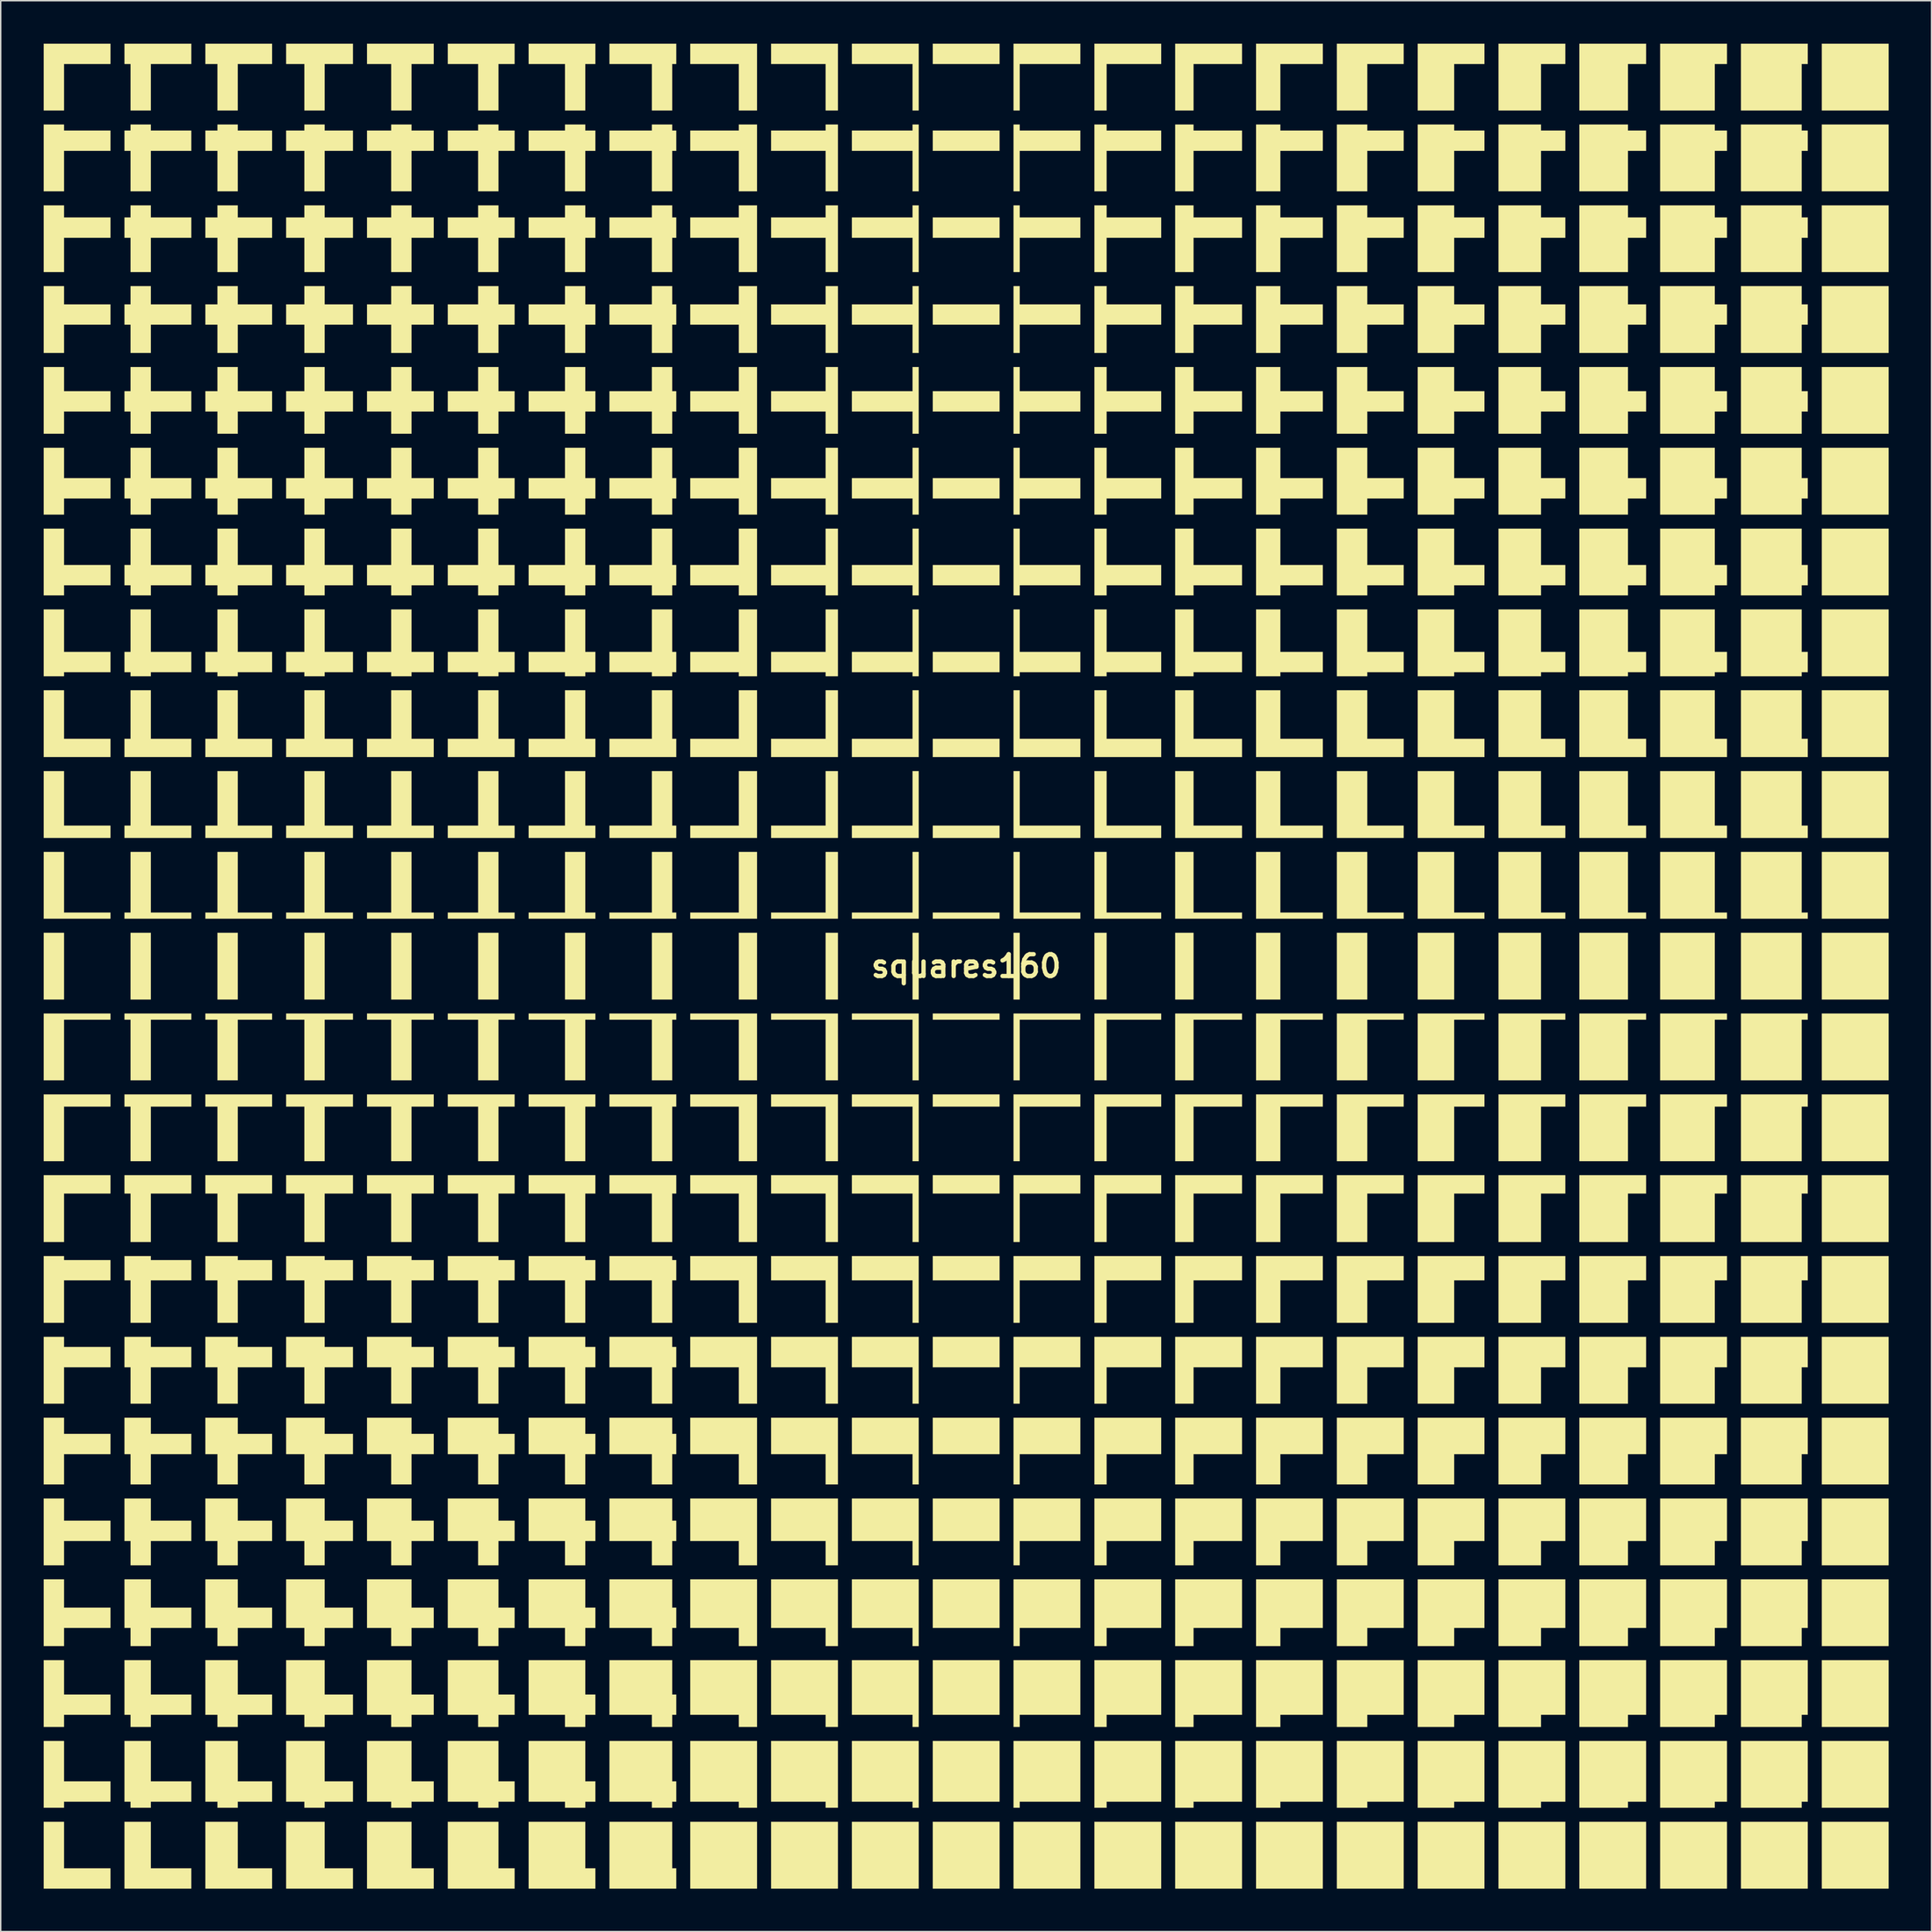
<source format=kicad_pcb>
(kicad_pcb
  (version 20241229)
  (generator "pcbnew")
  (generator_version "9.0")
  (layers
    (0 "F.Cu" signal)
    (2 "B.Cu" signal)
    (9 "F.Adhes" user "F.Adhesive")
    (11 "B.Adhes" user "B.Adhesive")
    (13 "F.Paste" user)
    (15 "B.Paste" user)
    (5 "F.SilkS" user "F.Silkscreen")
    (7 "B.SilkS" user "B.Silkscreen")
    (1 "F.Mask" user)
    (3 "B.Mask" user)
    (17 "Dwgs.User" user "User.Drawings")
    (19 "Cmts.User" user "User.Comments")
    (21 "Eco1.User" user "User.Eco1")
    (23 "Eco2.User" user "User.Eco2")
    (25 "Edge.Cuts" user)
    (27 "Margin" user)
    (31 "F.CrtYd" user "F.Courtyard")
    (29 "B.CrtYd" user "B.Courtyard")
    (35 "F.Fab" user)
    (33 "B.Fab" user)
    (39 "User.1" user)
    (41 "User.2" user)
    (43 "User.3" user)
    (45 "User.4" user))
  (footprint "squares160"
    (layer "F.Cu")
    (at 64.422 64.422)
    (property "Reference" "squares160" (at 0 0 0) (layer "F.SilkS") (effects (font (size 1.524 1.524) (thickness 0.3))))
    (attr through_hole)
    (fp_poly (pts (xy -63.006 2.328) (xy -64.417 2.328) (xy -64.417 -2.328) (xy -63.006 -2.328) (xy -63.006 2.328)) (stroke (width 0.01) (type solid)) (fill yes) (layer "F.SilkS"))
    (fp_poly (pts (xy -56.938 2.328) (xy -58.349 2.328) (xy -58.349 -2.328) (xy -56.938 -2.328) (xy -56.938 2.328)) (stroke (width 0.01) (type solid)) (fill yes) (layer "F.SilkS"))
    (fp_poly (pts (xy -50.871 2.328) (xy -52.282 2.328) (xy -52.282 -2.328) (xy -50.871 -2.328) (xy -50.871 2.328)) (stroke (width 0.01) (type solid)) (fill yes) (layer "F.SilkS"))
    (fp_poly (pts (xy -44.803 2.328) (xy -46.214 2.328) (xy -46.214 -2.328) (xy -44.803 -2.328) (xy -44.803 2.328)) (stroke (width 0.01) (type solid)) (fill yes) (layer "F.SilkS"))
    (fp_poly (pts (xy -38.735 2.328) (xy -40.146 2.328) (xy -40.146 -2.328) (xy -38.735 -2.328) (xy -38.735 2.328)) (stroke (width 0.01) (type solid)) (fill yes) (layer "F.SilkS"))
    (fp_poly (pts (xy -32.667 2.328) (xy -34.078 2.328) (xy -34.078 -2.328) (xy -32.667 -2.328) (xy -32.667 2.328)) (stroke (width 0.01) (type solid)) (fill yes) (layer "F.SilkS"))
    (fp_poly (pts (xy -26.599 2.328) (xy -28.011 2.328) (xy -28.011 -2.328) (xy -26.599 -2.328) (xy -26.599 2.328)) (stroke (width 0.01) (type solid)) (fill yes) (layer "F.SilkS"))
    (fp_poly (pts (xy -20.532 2.328) (xy -21.943 2.328) (xy -21.943 -2.328) (xy -20.532 -2.328) (xy -20.532 2.328)) (stroke (width 0.01) (type solid)) (fill yes) (layer "F.SilkS"))
    (fp_poly (pts (xy -14.605 2.328) (xy -15.875 2.328) (xy -15.875 -2.328) (xy -14.605 -2.328) (xy -14.605 2.328)) (stroke (width 0.01) (type solid)) (fill yes) (layer "F.SilkS"))
    (fp_poly (pts (xy -14.605 64.417) (xy -19.262 64.417) (xy -19.262 59.761) (xy -14.605 59.761) (xy -14.605 64.417)) (stroke (width 0.01) (type solid)) (fill yes) (layer "F.SilkS"))
    (fp_poly (pts (xy -8.961 2.328) (xy -9.807 2.328) (xy -9.807 -2.328) (xy -8.961 -2.328) (xy -8.961 2.328)) (stroke (width 0.01) (type solid)) (fill yes) (layer "F.SilkS"))
    (fp_poly (pts (xy -8.961 64.417) (xy -13.617 64.417) (xy -13.617 59.761) (xy -8.961 59.761) (xy -8.961 64.417)) (stroke (width 0.01) (type solid)) (fill yes) (layer "F.SilkS"))
    (fp_poly (pts (xy -3.316 2.328) (xy -3.739 2.328) (xy -3.739 -2.328) (xy -3.316 -2.328) (xy -3.316 2.328)) (stroke (width 0.01) (type solid)) (fill yes) (layer "F.SilkS"))
    (fp_poly (pts (xy -3.316 64.417) (xy -7.973 64.417) (xy -7.973 59.761) (xy -3.316 59.761) (xy -3.316 64.417)) (stroke (width 0.01) (type solid)) (fill yes) (layer "F.SilkS"))
    (fp_poly (pts (xy 2.328 -63.006) (xy -2.328 -63.006) (xy -2.328 -64.417) (xy 2.328 -64.417) (xy 2.328 -63.006)) (stroke (width 0.01) (type solid)) (fill yes) (layer "F.SilkS"))
    (fp_poly (pts (xy 2.328 -56.938) (xy -2.328 -56.938) (xy -2.328 -58.349) (xy 2.328 -58.349) (xy 2.328 -56.938)) (stroke (width 0.01) (type solid)) (fill yes) (layer "F.SilkS"))
    (fp_poly (pts (xy 2.328 -50.871) (xy -2.328 -50.871) (xy -2.328 -52.282) (xy 2.328 -52.282) (xy 2.328 -50.871)) (stroke (width 0.01) (type solid)) (fill yes) (layer "F.SilkS"))
    (fp_poly (pts (xy 2.328 -44.803) (xy -2.328 -44.803) (xy -2.328 -46.214) (xy 2.328 -46.214) (xy 2.328 -44.803)) (stroke (width 0.01) (type solid)) (fill yes) (layer "F.SilkS"))
    (fp_poly (pts (xy 2.328 -38.735) (xy -2.328 -38.735) (xy -2.328 -40.146) (xy 2.328 -40.146) (xy 2.328 -38.735)) (stroke (width 0.01) (type solid)) (fill yes) (layer "F.SilkS"))
    (fp_poly (pts (xy 2.328 -32.667) (xy -2.328 -32.667) (xy -2.328 -34.078) (xy 2.328 -34.078) (xy 2.328 -32.667)) (stroke (width 0.01) (type solid)) (fill yes) (layer "F.SilkS"))
    (fp_poly (pts (xy 2.328 -26.599) (xy -2.328 -26.599) (xy -2.328 -28.011) (xy 2.328 -28.011) (xy 2.328 -26.599)) (stroke (width 0.01) (type solid)) (fill yes) (layer "F.SilkS"))
    (fp_poly (pts (xy 2.328 -20.532) (xy -2.328 -20.532) (xy -2.328 -21.943) (xy 2.328 -21.943) (xy 2.328 -20.532)) (stroke (width 0.01) (type solid)) (fill yes) (layer "F.SilkS"))
    (fp_poly (pts (xy 2.328 -14.605) (xy -2.328 -14.605) (xy -2.328 -15.875) (xy 2.328 -15.875) (xy 2.328 -14.605)) (stroke (width 0.01) (type solid)) (fill yes) (layer "F.SilkS"))
    (fp_poly (pts (xy 2.328 -8.961) (xy -2.328 -8.961) (xy -2.328 -9.807) (xy 2.328 -9.807) (xy 2.328 -8.961)) (stroke (width 0.01) (type solid)) (fill yes) (layer "F.SilkS"))
    (fp_poly (pts (xy 2.328 -3.316) (xy -2.328 -3.316) (xy -2.328 -3.739) (xy 2.328 -3.739) (xy 2.328 -3.316)) (stroke (width 0.01) (type solid)) (fill yes) (layer "F.SilkS"))
    (fp_poly (pts (xy 2.328 3.739) (xy -2.328 3.739) (xy -2.328 3.316) (xy 2.328 3.316) (xy 2.328 3.739)) (stroke (width 0.01) (type solid)) (fill yes) (layer "F.SilkS"))
    (fp_poly (pts (xy 2.328 9.807) (xy -2.328 9.807) (xy -2.328 8.961) (xy 2.328 8.961) (xy 2.328 9.807)) (stroke (width 0.01) (type solid)) (fill yes) (layer "F.SilkS"))
    (fp_poly (pts (xy 2.328 15.875) (xy -2.328 15.875) (xy -2.328 14.605) (xy 2.328 14.605) (xy 2.328 15.875)) (stroke (width 0.01) (type solid)) (fill yes) (layer "F.SilkS"))
    (fp_poly (pts (xy 2.328 21.943) (xy -2.328 21.943) (xy -2.328 20.249) (xy 2.328 20.249) (xy 2.328 21.943)) (stroke (width 0.01) (type solid)) (fill yes) (layer "F.SilkS"))
    (fp_poly (pts (xy 2.328 28.011) (xy -2.328 28.011) (xy -2.328 25.894) (xy 2.328 25.894) (xy 2.328 28.011)) (stroke (width 0.01) (type solid)) (fill yes) (layer "F.SilkS"))
    (fp_poly (pts (xy 2.328 34.078) (xy -2.328 34.078) (xy -2.328 31.538) (xy 2.328 31.538) (xy 2.328 34.078)) (stroke (width 0.01) (type solid)) (fill yes) (layer "F.SilkS"))
    (fp_poly (pts (xy 2.328 40.146) (xy -2.328 40.146) (xy -2.328 37.183) (xy 2.328 37.183) (xy 2.328 40.146)) (stroke (width 0.01) (type solid)) (fill yes) (layer "F.SilkS"))
    (fp_poly (pts (xy 2.328 46.214) (xy -2.328 46.214) (xy -2.328 42.827) (xy 2.328 42.827) (xy 2.328 46.214)) (stroke (width 0.01) (type solid)) (fill yes) (layer "F.SilkS"))
    (fp_poly (pts (xy 2.328 52.282) (xy -2.328 52.282) (xy -2.328 48.472) (xy 2.328 48.472) (xy 2.328 52.282)) (stroke (width 0.01) (type solid)) (fill yes) (layer "F.SilkS"))
    (fp_poly (pts (xy 2.328 58.349) (xy -2.328 58.349) (xy -2.328 54.116) (xy 2.328 54.116) (xy 2.328 58.349)) (stroke (width 0.01) (type solid)) (fill yes) (layer "F.SilkS"))
    (fp_poly (pts (xy 2.328 64.417) (xy -2.328 64.417) (xy -2.328 59.761) (xy 2.328 59.761) (xy 2.328 64.417)) (stroke (width 0.01) (type solid)) (fill yes) (layer "F.SilkS"))
    (fp_poly (pts (xy 3.739 2.328) (xy 3.316 2.328) (xy 3.316 -2.328) (xy 3.739 -2.328) (xy 3.739 2.328)) (stroke (width 0.01) (type solid)) (fill yes) (layer "F.SilkS"))
    (fp_poly (pts (xy 7.973 64.417) (xy 3.316 64.417) (xy 3.316 59.761) (xy 7.973 59.761) (xy 7.973 64.417)) (stroke (width 0.01) (type solid)) (fill yes) (layer "F.SilkS"))
    (fp_poly (pts (xy 9.807 2.328) (xy 8.961 2.328) (xy 8.961 -2.328) (xy 9.807 -2.328) (xy 9.807 2.328)) (stroke (width 0.01) (type solid)) (fill yes) (layer "F.SilkS"))
    (fp_poly (pts (xy 13.617 64.417) (xy 8.961 64.417) (xy 8.961 59.761) (xy 13.617 59.761) (xy 13.617 64.417)) (stroke (width 0.01) (type solid)) (fill yes) (layer "F.SilkS"))
    (fp_poly (pts (xy 15.875 2.328) (xy 14.605 2.328) (xy 14.605 -2.328) (xy 15.875 -2.328) (xy 15.875 2.328)) (stroke (width 0.01) (type solid)) (fill yes) (layer "F.SilkS"))
    (fp_poly (pts (xy 19.262 64.417) (xy 14.605 64.417) (xy 14.605 59.761) (xy 19.262 59.761) (xy 19.262 64.417)) (stroke (width 0.01) (type solid)) (fill yes) (layer "F.SilkS"))
    (fp_poly (pts (xy 21.943 2.328) (xy 20.249 2.328) (xy 20.249 -2.328) (xy 21.943 -2.328) (xy 21.943 2.328)) (stroke (width 0.01) (type solid)) (fill yes) (layer "F.SilkS"))
    (fp_poly (pts (xy 24.906 64.417) (xy 20.249 64.417) (xy 20.249 59.761) (xy 24.906 59.761) (xy 24.906 64.417)) (stroke (width 0.01) (type solid)) (fill yes) (layer "F.SilkS"))
    (fp_poly (pts (xy 28.011 2.328) (xy 25.894 2.328) (xy 25.894 -2.328) (xy 28.011 -2.328) (xy 28.011 2.328)) (stroke (width 0.01) (type solid)) (fill yes) (layer "F.SilkS"))
    (fp_poly (pts (xy 30.551 64.417) (xy 25.894 64.417) (xy 25.894 59.761) (xy 30.551 59.761) (xy 30.551 64.417)) (stroke (width 0.01) (type solid)) (fill yes) (layer "F.SilkS"))
    (fp_poly (pts (xy 34.078 2.328) (xy 31.538 2.328) (xy 31.538 -2.328) (xy 34.078 -2.328) (xy 34.078 2.328)) (stroke (width 0.01) (type solid)) (fill yes) (layer "F.SilkS"))
    (fp_poly (pts (xy 36.195 64.417) (xy 31.538 64.417) (xy 31.538 59.761) (xy 36.195 59.761) (xy 36.195 64.417)) (stroke (width 0.01) (type solid)) (fill yes) (layer "F.SilkS"))
    (fp_poly (pts (xy 40.146 2.328) (xy 37.183 2.328) (xy 37.183 -2.328) (xy 40.146 -2.328) (xy 40.146 2.328)) (stroke (width 0.01) (type solid)) (fill yes) (layer "F.SilkS"))
    (fp_poly (pts (xy 41.839 64.417) (xy 37.183 64.417) (xy 37.183 59.761) (xy 41.839 59.761) (xy 41.839 64.417)) (stroke (width 0.01) (type solid)) (fill yes) (layer "F.SilkS"))
    (fp_poly (pts (xy 46.214 2.328) (xy 42.827 2.328) (xy 42.827 -2.328) (xy 46.214 -2.328) (xy 46.214 2.328)) (stroke (width 0.01) (type solid)) (fill yes) (layer "F.SilkS"))
    (fp_poly (pts (xy 47.484 64.417) (xy 42.827 64.417) (xy 42.827 59.761) (xy 47.484 59.761) (xy 47.484 64.417)) (stroke (width 0.01) (type solid)) (fill yes) (layer "F.SilkS"))
    (fp_poly (pts (xy 52.282 2.328) (xy 48.472 2.328) (xy 48.472 -2.328) (xy 52.282 -2.328) (xy 52.282 2.328)) (stroke (width 0.01) (type solid)) (fill yes) (layer "F.SilkS"))
    (fp_poly (pts (xy 53.128 64.417) (xy 48.472 64.417) (xy 48.472 59.761) (xy 53.128 59.761) (xy 53.128 64.417)) (stroke (width 0.01) (type solid)) (fill yes) (layer "F.SilkS"))
    (fp_poly (pts (xy 58.349 2.328) (xy 54.116 2.328) (xy 54.116 -2.328) (xy 58.349 -2.328) (xy 58.349 2.328)) (stroke (width 0.01) (type solid)) (fill yes) (layer "F.SilkS"))
    (fp_poly (pts (xy 58.773 64.417) (xy 54.116 64.417) (xy 54.116 59.761) (xy 58.773 59.761) (xy 58.773 64.417)) (stroke (width 0.01) (type solid)) (fill yes) (layer "F.SilkS"))
    (fp_poly (pts (xy 64.417 -59.761) (xy 59.761 -59.761) (xy 59.761 -64.417) (xy 64.417 -64.417) (xy 64.417 -59.761)) (stroke (width 0.01) (type solid)) (fill yes) (layer "F.SilkS"))
    (fp_poly (pts (xy 64.417 -54.116) (xy 59.761 -54.116) (xy 59.761 -58.773) (xy 64.417 -58.773) (xy 64.417 -54.116)) (stroke (width 0.01) (type solid)) (fill yes) (layer "F.SilkS"))
    (fp_poly (pts (xy 64.417 -48.472) (xy 59.761 -48.472) (xy 59.761 -53.128) (xy 64.417 -53.128) (xy 64.417 -48.472)) (stroke (width 0.01) (type solid)) (fill yes) (layer "F.SilkS"))
    (fp_poly (pts (xy 64.417 -42.827) (xy 59.761 -42.827) (xy 59.761 -47.484) (xy 64.417 -47.484) (xy 64.417 -42.827)) (stroke (width 0.01) (type solid)) (fill yes) (layer "F.SilkS"))
    (fp_poly (pts (xy 64.417 -37.183) (xy 59.761 -37.183) (xy 59.761 -41.839) (xy 64.417 -41.839) (xy 64.417 -37.183)) (stroke (width 0.01) (type solid)) (fill yes) (layer "F.SilkS"))
    (fp_poly (pts (xy 64.417 -31.538) (xy 59.761 -31.538) (xy 59.761 -36.195) (xy 64.417 -36.195) (xy 64.417 -31.538)) (stroke (width 0.01) (type solid)) (fill yes) (layer "F.SilkS"))
    (fp_poly (pts (xy 64.417 -25.894) (xy 59.761 -25.894) (xy 59.761 -30.551) (xy 64.417 -30.551) (xy 64.417 -25.894)) (stroke (width 0.01) (type solid)) (fill yes) (layer "F.SilkS"))
    (fp_poly (pts (xy 64.417 -20.249) (xy 59.761 -20.249) (xy 59.761 -24.906) (xy 64.417 -24.906) (xy 64.417 -20.249)) (stroke (width 0.01) (type solid)) (fill yes) (layer "F.SilkS"))
    (fp_poly (pts (xy 64.417 -14.605) (xy 59.761 -14.605) (xy 59.761 -19.262) (xy 64.417 -19.262) (xy 64.417 -14.605)) (stroke (width 0.01) (type solid)) (fill yes) (layer "F.SilkS"))
    (fp_poly (pts (xy 64.417 -8.961) (xy 59.761 -8.961) (xy 59.761 -13.617) (xy 64.417 -13.617) (xy 64.417 -8.961)) (stroke (width 0.01) (type solid)) (fill yes) (layer "F.SilkS"))
    (fp_poly (pts (xy 64.417 -3.316) (xy 59.761 -3.316) (xy 59.761 -7.973) (xy 64.417 -7.973) (xy 64.417 -3.316)) (stroke (width 0.01) (type solid)) (fill yes) (layer "F.SilkS"))
    (fp_poly (pts (xy 64.417 2.328) (xy 59.761 2.328) (xy 59.761 -2.328) (xy 64.417 -2.328) (xy 64.417 2.328)) (stroke (width 0.01) (type solid)) (fill yes) (layer "F.SilkS"))
    (fp_poly (pts (xy 64.417 7.973) (xy 59.761 7.973) (xy 59.761 3.316) (xy 64.417 3.316) (xy 64.417 7.973)) (stroke (width 0.01) (type solid)) (fill yes) (layer "F.SilkS"))
    (fp_poly (pts (xy 64.417 13.617) (xy 59.761 13.617) (xy 59.761 8.961) (xy 64.417 8.961) (xy 64.417 13.617)) (stroke (width 0.01) (type solid)) (fill yes) (layer "F.SilkS"))
    (fp_poly (pts (xy 64.417 19.262) (xy 59.761 19.262) (xy 59.761 14.605) (xy 64.417 14.605) (xy 64.417 19.262)) (stroke (width 0.01) (type solid)) (fill yes) (layer "F.SilkS"))
    (fp_poly (pts (xy 64.417 24.906) (xy 59.761 24.906) (xy 59.761 20.249) (xy 64.417 20.249) (xy 64.417 24.906)) (stroke (width 0.01) (type solid)) (fill yes) (layer "F.SilkS"))
    (fp_poly (pts (xy 64.417 30.551) (xy 59.761 30.551) (xy 59.761 25.894) (xy 64.417 25.894) (xy 64.417 30.551)) (stroke (width 0.01) (type solid)) (fill yes) (layer "F.SilkS"))
    (fp_poly (pts (xy 64.417 36.195) (xy 59.761 36.195) (xy 59.761 31.538) (xy 64.417 31.538) (xy 64.417 36.195)) (stroke (width 0.01) (type solid)) (fill yes) (layer "F.SilkS"))
    (fp_poly (pts (xy 64.417 41.839) (xy 59.761 41.839) (xy 59.761 37.183) (xy 64.417 37.183) (xy 64.417 41.839)) (stroke (width 0.01) (type solid)) (fill yes) (layer "F.SilkS"))
    (fp_poly (pts (xy 64.417 47.484) (xy 59.761 47.484) (xy 59.761 42.827) (xy 64.417 42.827) (xy 64.417 47.484)) (stroke (width 0.01) (type solid)) (fill yes) (layer "F.SilkS"))
    (fp_poly (pts (xy 64.417 53.128) (xy 59.761 53.128) (xy 59.761 48.472) (xy 64.417 48.472) (xy 64.417 53.128)) (stroke (width 0.01) (type solid)) (fill yes) (layer "F.SilkS"))
    (fp_poly (pts (xy 64.417 58.773) (xy 59.761 58.773) (xy 59.761 54.116) (xy 64.417 54.116) (xy 64.417 58.773)) (stroke (width 0.01) (type solid)) (fill yes) (layer "F.SilkS"))
    (fp_poly (pts (xy 64.417 64.417) (xy 59.761 64.417) (xy 59.761 59.761) (xy 64.417 59.761) (xy 64.417 64.417)) (stroke (width 0.01) (type solid)) (fill yes) (layer "F.SilkS"))
    (fp_poly (pts (xy -63.006 -15.875) (xy -59.761 -15.875) (xy -59.761 -14.605) (xy -64.417 -14.605) (xy -64.417 -19.262) (xy -63.006 -19.262) (xy -63.006 -15.875)) (stroke (width 0.01) (type solid)) (fill yes) (layer "F.SilkS"))
    (fp_poly (pts (xy -63.006 -9.807) (xy -59.761 -9.807) (xy -59.761 -8.961) (xy -64.417 -8.961) (xy -64.417 -13.617) (xy -63.006 -13.617) (xy -63.006 -9.807)) (stroke (width 0.01) (type solid)) (fill yes) (layer "F.SilkS"))
    (fp_poly (pts (xy -63.006 -3.739) (xy -59.761 -3.739) (xy -59.761 -3.316) (xy -64.417 -3.316) (xy -64.417 -7.973) (xy -63.006 -7.973) (xy -63.006 -3.739)) (stroke (width 0.01) (type solid)) (fill yes) (layer "F.SilkS"))
    (fp_poly (pts (xy -63.006 63.006) (xy -59.761 63.006) (xy -59.761 64.417) (xy -64.417 64.417) (xy -64.417 59.761) (xy -63.006 59.761) (xy -63.006 63.006)) (stroke (width 0.01) (type solid)) (fill yes) (layer "F.SilkS"))
    (fp_poly (pts (xy -59.761 -63.006) (xy -63.006 -63.006) (xy -63.006 -59.761) (xy -64.417 -59.761) (xy -64.417 -64.417) (xy -59.761 -64.417) (xy -59.761 -63.006)) (stroke (width 0.01) (type solid)) (fill yes) (layer "F.SilkS"))
    (fp_poly (pts (xy -59.761 3.739) (xy -63.006 3.739) (xy -63.006 7.973) (xy -64.417 7.973) (xy -64.417 3.316) (xy -59.761 3.316) (xy -59.761 3.739)) (stroke (width 0.01) (type solid)) (fill yes) (layer "F.SilkS"))
    (fp_poly (pts (xy -59.761 9.807) (xy -63.006 9.807) (xy -63.006 13.617) (xy -64.417 13.617) (xy -64.417 8.961) (xy -59.761 8.961) (xy -59.761 9.807)) (stroke (width 0.01) (type solid)) (fill yes) (layer "F.SilkS"))
    (fp_poly (pts (xy -59.761 15.875) (xy -63.006 15.875) (xy -63.006 19.262) (xy -64.417 19.262) (xy -64.417 14.605) (xy -59.761 14.605) (xy -59.761 15.875)) (stroke (width 0.01) (type solid)) (fill yes) (layer "F.SilkS"))
    (fp_poly (pts (xy -56.938 63.006) (xy -54.116 63.006) (xy -54.116 64.417) (xy -58.773 64.417) (xy -58.773 59.761) (xy -56.938 59.761) (xy -56.938 63.006)) (stroke (width 0.01) (type solid)) (fill yes) (layer "F.SilkS"))
    (fp_poly (pts (xy -50.871 63.006) (xy -48.472 63.006) (xy -48.472 64.417) (xy -53.128 64.417) (xy -53.128 59.761) (xy -50.871 59.761) (xy -50.871 63.006)) (stroke (width 0.01) (type solid)) (fill yes) (layer "F.SilkS"))
    (fp_poly (pts (xy -44.803 63.006) (xy -42.827 63.006) (xy -42.827 64.417) (xy -47.484 64.417) (xy -47.484 59.761) (xy -44.803 59.761) (xy -44.803 63.006)) (stroke (width 0.01) (type solid)) (fill yes) (layer "F.SilkS"))
    (fp_poly (pts (xy -38.735 63.006) (xy -37.183 63.006) (xy -37.183 64.417) (xy -41.839 64.417) (xy -41.839 59.761) (xy -38.735 59.761) (xy -38.735 63.006)) (stroke (width 0.01) (type solid)) (fill yes) (layer "F.SilkS"))
    (fp_poly (pts (xy -32.667 63.006) (xy -31.538 63.006) (xy -31.538 64.417) (xy -36.195 64.417) (xy -36.195 59.761) (xy -32.667 59.761) (xy -32.667 63.006)) (stroke (width 0.01) (type solid)) (fill yes) (layer "F.SilkS"))
    (fp_poly (pts (xy -26.599 63.006) (xy -25.894 63.006) (xy -25.894 64.417) (xy -30.551 64.417) (xy -30.551 59.761) (xy -26.599 59.761) (xy -26.599 63.006)) (stroke (width 0.01) (type solid)) (fill yes) (layer "F.SilkS"))
    (fp_poly (pts (xy -20.532 63.006) (xy -20.249 63.006) (xy -20.249 64.417) (xy -24.906 64.417) (xy -24.906 59.761) (xy -20.532 59.761) (xy -20.532 63.006)) (stroke (width 0.01) (type solid)) (fill yes) (layer "F.SilkS"))
    (fp_poly (pts (xy -14.605 -59.761) (xy -15.875 -59.761) (xy -15.875 -63.006) (xy -19.262 -63.006) (xy -19.262 -64.417) (xy -14.605 -64.417) (xy -14.605 -59.761)) (stroke (width 0.01) (type solid)) (fill yes) (layer "F.SilkS"))
    (fp_poly (pts (xy -14.605 -14.605) (xy -19.262 -14.605) (xy -19.262 -15.875) (xy -15.875 -15.875) (xy -15.875 -19.262) (xy -14.605 -19.262) (xy -14.605 -14.605)) (stroke (width 0.01) (type solid)) (fill yes) (layer "F.SilkS"))
    (fp_poly (pts (xy -14.605 -8.961) (xy -19.262 -8.961) (xy -19.262 -9.807) (xy -15.875 -9.807) (xy -15.875 -13.617) (xy -14.605 -13.617) (xy -14.605 -8.961)) (stroke (width 0.01) (type solid)) (fill yes) (layer "F.SilkS"))
    (fp_poly (pts (xy -14.605 -3.316) (xy -19.262 -3.316) (xy -19.262 -3.739) (xy -15.875 -3.739) (xy -15.875 -7.973) (xy -14.605 -7.973) (xy -14.605 -3.316)) (stroke (width 0.01) (type solid)) (fill yes) (layer "F.SilkS"))
    (fp_poly (pts (xy -14.605 7.973) (xy -15.875 7.973) (xy -15.875 3.739) (xy -19.262 3.739) (xy -19.262 3.316) (xy -14.605 3.316) (xy -14.605 7.973)) (stroke (width 0.01) (type solid)) (fill yes) (layer "F.SilkS"))
    (fp_poly (pts (xy -14.605 13.617) (xy -15.875 13.617) (xy -15.875 9.807) (xy -19.262 9.807) (xy -19.262 8.961) (xy -14.605 8.961) (xy -14.605 13.617)) (stroke (width 0.01) (type solid)) (fill yes) (layer "F.SilkS"))
    (fp_poly (pts (xy -14.605 19.262) (xy -15.875 19.262) (xy -15.875 15.875) (xy -19.262 15.875) (xy -19.262 14.605) (xy -14.605 14.605) (xy -14.605 19.262)) (stroke (width 0.01) (type solid)) (fill yes) (layer "F.SilkS"))
    (fp_poly (pts (xy -14.605 24.906) (xy -15.875 24.906) (xy -15.875 21.943) (xy -19.262 21.943) (xy -19.262 20.249) (xy -14.605 20.249) (xy -14.605 24.906)) (stroke (width 0.01) (type solid)) (fill yes) (layer "F.SilkS"))
    (fp_poly (pts (xy -14.605 30.551) (xy -15.875 30.551) (xy -15.875 28.011) (xy -19.262 28.011) (xy -19.262 25.894) (xy -14.605 25.894) (xy -14.605 30.551)) (stroke (width 0.01) (type solid)) (fill yes) (layer "F.SilkS"))
    (fp_poly (pts (xy -14.605 36.195) (xy -15.875 36.195) (xy -15.875 34.078) (xy -19.262 34.078) (xy -19.262 31.538) (xy -14.605 31.538) (xy -14.605 36.195)) (stroke (width 0.01) (type solid)) (fill yes) (layer "F.SilkS"))
    (fp_poly (pts (xy -14.605 41.839) (xy -15.875 41.839) (xy -15.875 40.146) (xy -19.262 40.146) (xy -19.262 37.183) (xy -14.605 37.183) (xy -14.605 41.839)) (stroke (width 0.01) (type solid)) (fill yes) (layer "F.SilkS"))
    (fp_poly (pts (xy -14.605 47.484) (xy -15.875 47.484) (xy -15.875 46.214) (xy -19.262 46.214) (xy -19.262 42.827) (xy -14.605 42.827) (xy -14.605 47.484)) (stroke (width 0.01) (type solid)) (fill yes) (layer "F.SilkS"))
    (fp_poly (pts (xy -14.605 53.128) (xy -15.875 53.128) (xy -15.875 52.282) (xy -19.262 52.282) (xy -19.262 48.472) (xy -14.605 48.472) (xy -14.605 53.128)) (stroke (width 0.01) (type solid)) (fill yes) (layer "F.SilkS"))
    (fp_poly (pts (xy -14.605 58.773) (xy -15.875 58.773) (xy -15.875 58.349) (xy -19.262 58.349) (xy -19.262 54.116) (xy -14.605 54.116) (xy -14.605 58.773)) (stroke (width 0.01) (type solid)) (fill yes) (layer "F.SilkS"))
    (fp_poly (pts (xy -8.961 -59.761) (xy -9.807 -59.761) (xy -9.807 -63.006) (xy -13.617 -63.006) (xy -13.617 -64.417) (xy -8.961 -64.417) (xy -8.961 -59.761)) (stroke (width 0.01) (type solid)) (fill yes) (layer "F.SilkS"))
    (fp_poly (pts (xy -8.961 -14.605) (xy -13.617 -14.605) (xy -13.617 -15.875) (xy -9.807 -15.875) (xy -9.807 -19.262) (xy -8.961 -19.262) (xy -8.961 -14.605)) (stroke (width 0.01) (type solid)) (fill yes) (layer "F.SilkS"))
    (fp_poly (pts (xy -8.961 -8.961) (xy -13.617 -8.961) (xy -13.617 -9.807) (xy -9.807 -9.807) (xy -9.807 -13.617) (xy -8.961 -13.617) (xy -8.961 -8.961)) (stroke (width 0.01) (type solid)) (fill yes) (layer "F.SilkS"))
    (fp_poly (pts (xy -8.961 -3.316) (xy -13.617 -3.316) (xy -13.617 -3.739) (xy -9.807 -3.739) (xy -9.807 -7.973) (xy -8.961 -7.973) (xy -8.961 -3.316)) (stroke (width 0.01) (type solid)) (fill yes) (layer "F.SilkS"))
    (fp_poly (pts (xy -8.961 7.973) (xy -9.807 7.973) (xy -9.807 3.739) (xy -13.617 3.739) (xy -13.617 3.316) (xy -8.961 3.316) (xy -8.961 7.973)) (stroke (width 0.01) (type solid)) (fill yes) (layer "F.SilkS"))
    (fp_poly (pts (xy -8.961 13.617) (xy -9.807 13.617) (xy -9.807 9.807) (xy -13.617 9.807) (xy -13.617 8.961) (xy -8.961 8.961) (xy -8.961 13.617)) (stroke (width 0.01) (type solid)) (fill yes) (layer "F.SilkS"))
    (fp_poly (pts (xy -8.961 19.262) (xy -9.807 19.262) (xy -9.807 15.875) (xy -13.617 15.875) (xy -13.617 14.605) (xy -8.961 14.605) (xy -8.961 19.262)) (stroke (width 0.01) (type solid)) (fill yes) (layer "F.SilkS"))
    (fp_poly (pts (xy -8.961 24.906) (xy -9.807 24.906) (xy -9.807 21.943) (xy -13.617 21.943) (xy -13.617 20.249) (xy -8.961 20.249) (xy -8.961 24.906)) (stroke (width 0.01) (type solid)) (fill yes) (layer "F.SilkS"))
    (fp_poly (pts (xy -8.961 30.551) (xy -9.807 30.551) (xy -9.807 28.011) (xy -13.617 28.011) (xy -13.617 25.894) (xy -8.961 25.894) (xy -8.961 30.551)) (stroke (width 0.01) (type solid)) (fill yes) (layer "F.SilkS"))
    (fp_poly (pts (xy -8.961 36.195) (xy -9.807 36.195) (xy -9.807 34.078) (xy -13.617 34.078) (xy -13.617 31.538) (xy -8.961 31.538) (xy -8.961 36.195)) (stroke (width 0.01) (type solid)) (fill yes) (layer "F.SilkS"))
    (fp_poly (pts (xy -8.961 41.839) (xy -9.807 41.839) (xy -9.807 40.146) (xy -13.617 40.146) (xy -13.617 37.183) (xy -8.961 37.183) (xy -8.961 41.839)) (stroke (width 0.01) (type solid)) (fill yes) (layer "F.SilkS"))
    (fp_poly (pts (xy -8.961 47.484) (xy -9.807 47.484) (xy -9.807 46.214) (xy -13.617 46.214) (xy -13.617 42.827) (xy -8.961 42.827) (xy -8.961 47.484)) (stroke (width 0.01) (type solid)) (fill yes) (layer "F.SilkS"))
    (fp_poly (pts (xy -8.961 53.128) (xy -9.807 53.128) (xy -9.807 52.282) (xy -13.617 52.282) (xy -13.617 48.472) (xy -8.961 48.472) (xy -8.961 53.128)) (stroke (width 0.01) (type solid)) (fill yes) (layer "F.SilkS"))
    (fp_poly (pts (xy -8.961 58.773) (xy -9.807 58.773) (xy -9.807 58.349) (xy -13.617 58.349) (xy -13.617 54.116) (xy -8.961 54.116) (xy -8.961 58.773)) (stroke (width 0.01) (type solid)) (fill yes) (layer "F.SilkS"))
    (fp_poly (pts (xy -3.316 -59.761) (xy -3.739 -59.761) (xy -3.739 -63.006) (xy -7.973 -63.006) (xy -7.973 -64.417) (xy -3.316 -64.417) (xy -3.316 -59.761)) (stroke (width 0.01) (type solid)) (fill yes) (layer "F.SilkS"))
    (fp_poly (pts (xy -3.316 -14.605) (xy -7.973 -14.605) (xy -7.973 -15.875) (xy -3.739 -15.875) (xy -3.739 -19.262) (xy -3.316 -19.262) (xy -3.316 -14.605)) (stroke (width 0.01) (type solid)) (fill yes) (layer "F.SilkS"))
    (fp_poly (pts (xy -3.316 -8.961) (xy -7.973 -8.961) (xy -7.973 -9.807) (xy -3.739 -9.807) (xy -3.739 -13.617) (xy -3.316 -13.617) (xy -3.316 -8.961)) (stroke (width 0.01) (type solid)) (fill yes) (layer "F.SilkS"))
    (fp_poly (pts (xy -3.316 -3.316) (xy -7.973 -3.316) (xy -7.973 -3.739) (xy -3.739 -3.739) (xy -3.739 -7.973) (xy -3.316 -7.973) (xy -3.316 -3.316)) (stroke (width 0.01) (type solid)) (fill yes) (layer "F.SilkS"))
    (fp_poly (pts (xy -3.316 7.973) (xy -3.739 7.973) (xy -3.739 3.739) (xy -7.973 3.739) (xy -7.973 3.316) (xy -3.316 3.316) (xy -3.316 7.973)) (stroke (width 0.01) (type solid)) (fill yes) (layer "F.SilkS"))
    (fp_poly (pts (xy -3.316 13.617) (xy -3.739 13.617) (xy -3.739 9.807) (xy -7.973 9.807) (xy -7.973 8.961) (xy -3.316 8.961) (xy -3.316 13.617)) (stroke (width 0.01) (type solid)) (fill yes) (layer "F.SilkS"))
    (fp_poly (pts (xy -3.316 19.262) (xy -3.739 19.262) (xy -3.739 15.875) (xy -7.973 15.875) (xy -7.973 14.605) (xy -3.316 14.605) (xy -3.316 19.262)) (stroke (width 0.01) (type solid)) (fill yes) (layer "F.SilkS"))
    (fp_poly (pts (xy -3.316 24.906) (xy -3.739 24.906) (xy -3.739 21.943) (xy -7.973 21.943) (xy -7.973 20.249) (xy -3.316 20.249) (xy -3.316 24.906)) (stroke (width 0.01) (type solid)) (fill yes) (layer "F.SilkS"))
    (fp_poly (pts (xy -3.316 30.551) (xy -3.739 30.551) (xy -3.739 28.011) (xy -7.973 28.011) (xy -7.973 25.894) (xy -3.316 25.894) (xy -3.316 30.551)) (stroke (width 0.01) (type solid)) (fill yes) (layer "F.SilkS"))
    (fp_poly (pts (xy -3.316 36.195) (xy -3.739 36.195) (xy -3.739 34.078) (xy -7.973 34.078) (xy -7.973 31.538) (xy -3.316 31.538) (xy -3.316 36.195)) (stroke (width 0.01) (type solid)) (fill yes) (layer "F.SilkS"))
    (fp_poly (pts (xy -3.316 41.839) (xy -3.739 41.839) (xy -3.739 40.146) (xy -7.973 40.146) (xy -7.973 37.183) (xy -3.316 37.183) (xy -3.316 41.839)) (stroke (width 0.01) (type solid)) (fill yes) (layer "F.SilkS"))
    (fp_poly (pts (xy -3.316 47.484) (xy -3.739 47.484) (xy -3.739 46.214) (xy -7.973 46.214) (xy -7.973 42.827) (xy -3.316 42.827) (xy -3.316 47.484)) (stroke (width 0.01) (type solid)) (fill yes) (layer "F.SilkS"))
    (fp_poly (pts (xy -3.316 53.128) (xy -3.739 53.128) (xy -3.739 52.282) (xy -7.973 52.282) (xy -7.973 48.472) (xy -3.316 48.472) (xy -3.316 53.128)) (stroke (width 0.01) (type solid)) (fill yes) (layer "F.SilkS"))
    (fp_poly (pts (xy -3.316 58.773) (xy -3.739 58.773) (xy -3.739 58.349) (xy -7.973 58.349) (xy -7.973 54.116) (xy -3.316 54.116) (xy -3.316 58.773)) (stroke (width 0.01) (type solid)) (fill yes) (layer "F.SilkS"))
    (fp_poly (pts (xy 3.739 -15.875) (xy 7.973 -15.875) (xy 7.973 -14.605) (xy 3.316 -14.605) (xy 3.316 -19.262) (xy 3.739 -19.262) (xy 3.739 -15.875)) (stroke (width 0.01) (type solid)) (fill yes) (layer "F.SilkS"))
    (fp_poly (pts (xy 3.739 -9.807) (xy 7.973 -9.807) (xy 7.973 -8.961) (xy 3.316 -8.961) (xy 3.316 -13.617) (xy 3.739 -13.617) (xy 3.739 -9.807)) (stroke (width 0.01) (type solid)) (fill yes) (layer "F.SilkS"))
    (fp_poly (pts (xy 3.739 -3.739) (xy 7.973 -3.739) (xy 7.973 -3.316) (xy 3.316 -3.316) (xy 3.316 -7.973) (xy 3.739 -7.973) (xy 3.739 -3.739)) (stroke (width 0.01) (type solid)) (fill yes) (layer "F.SilkS"))
    (fp_poly (pts (xy 7.973 -63.006) (xy 3.739 -63.006) (xy 3.739 -59.761) (xy 3.316 -59.761) (xy 3.316 -64.417) (xy 7.973 -64.417) (xy 7.973 -63.006)) (stroke (width 0.01) (type solid)) (fill yes) (layer "F.SilkS"))
    (fp_poly (pts (xy 7.973 3.739) (xy 3.739 3.739) (xy 3.739 7.973) (xy 3.316 7.973) (xy 3.316 3.316) (xy 7.973 3.316) (xy 7.973 3.739)) (stroke (width 0.01) (type solid)) (fill yes) (layer "F.SilkS"))
    (fp_poly (pts (xy 7.973 9.807) (xy 3.739 9.807) (xy 3.739 13.617) (xy 3.316 13.617) (xy 3.316 8.961) (xy 7.973 8.961) (xy 7.973 9.807)) (stroke (width 0.01) (type solid)) (fill yes) (layer "F.SilkS"))
    (fp_poly (pts (xy 7.973 15.875) (xy 3.739 15.875) (xy 3.739 19.262) (xy 3.316 19.262) (xy 3.316 14.605) (xy 7.973 14.605) (xy 7.973 15.875)) (stroke (width 0.01) (type solid)) (fill yes) (layer "F.SilkS"))
    (fp_poly (pts (xy 7.973 21.943) (xy 3.739 21.943) (xy 3.739 24.906) (xy 3.316 24.906) (xy 3.316 20.249) (xy 7.973 20.249) (xy 7.973 21.943)) (stroke (width 0.01) (type solid)) (fill yes) (layer "F.SilkS"))
    (fp_poly (pts (xy 7.973 28.011) (xy 3.739 28.011) (xy 3.739 30.551) (xy 3.316 30.551) (xy 3.316 25.894) (xy 7.973 25.894) (xy 7.973 28.011)) (stroke (width 0.01) (type solid)) (fill yes) (layer "F.SilkS"))
    (fp_poly (pts (xy 7.973 34.078) (xy 3.739 34.078) (xy 3.739 36.195) (xy 3.316 36.195) (xy 3.316 31.538) (xy 7.973 31.538) (xy 7.973 34.078)) (stroke (width 0.01) (type solid)) (fill yes) (layer "F.SilkS"))
    (fp_poly (pts (xy 7.973 40.146) (xy 3.739 40.146) (xy 3.739 41.839) (xy 3.316 41.839) (xy 3.316 37.183) (xy 7.973 37.183) (xy 7.973 40.146)) (stroke (width 0.01) (type solid)) (fill yes) (layer "F.SilkS"))
    (fp_poly (pts (xy 7.973 46.214) (xy 3.739 46.214) (xy 3.739 47.484) (xy 3.316 47.484) (xy 3.316 42.827) (xy 7.973 42.827) (xy 7.973 46.214)) (stroke (width 0.01) (type solid)) (fill yes) (layer "F.SilkS"))
    (fp_poly (pts (xy 7.973 52.282) (xy 3.739 52.282) (xy 3.739 53.128) (xy 3.316 53.128) (xy 3.316 48.472) (xy 7.973 48.472) (xy 7.973 52.282)) (stroke (width 0.01) (type solid)) (fill yes) (layer "F.SilkS"))
    (fp_poly (pts (xy 7.973 58.349) (xy 3.739 58.349) (xy 3.739 58.773) (xy 3.316 58.773) (xy 3.316 54.116) (xy 7.973 54.116) (xy 7.973 58.349)) (stroke (width 0.01) (type solid)) (fill yes) (layer "F.SilkS"))
    (fp_poly (pts (xy 9.807 -15.875) (xy 13.617 -15.875) (xy 13.617 -14.605) (xy 8.961 -14.605) (xy 8.961 -19.262) (xy 9.807 -19.262) (xy 9.807 -15.875)) (stroke (width 0.01) (type solid)) (fill yes) (layer "F.SilkS"))
    (fp_poly (pts (xy 9.807 -9.807) (xy 13.617 -9.807) (xy 13.617 -8.961) (xy 8.961 -8.961) (xy 8.961 -13.617) (xy 9.807 -13.617) (xy 9.807 -9.807)) (stroke (width 0.01) (type solid)) (fill yes) (layer "F.SilkS"))
    (fp_poly (pts (xy 9.807 -3.739) (xy 13.617 -3.739) (xy 13.617 -3.316) (xy 8.961 -3.316) (xy 8.961 -7.973) (xy 9.807 -7.973) (xy 9.807 -3.739)) (stroke (width 0.01) (type solid)) (fill yes) (layer "F.SilkS"))
    (fp_poly (pts (xy 13.617 -63.006) (xy 9.807 -63.006) (xy 9.807 -59.761) (xy 8.961 -59.761) (xy 8.961 -64.417) (xy 13.617 -64.417) (xy 13.617 -63.006)) (stroke (width 0.01) (type solid)) (fill yes) (layer "F.SilkS"))
    (fp_poly (pts (xy 13.617 3.739) (xy 9.807 3.739) (xy 9.807 7.973) (xy 8.961 7.973) (xy 8.961 3.316) (xy 13.617 3.316) (xy 13.617 3.739)) (stroke (width 0.01) (type solid)) (fill yes) (layer "F.SilkS"))
    (fp_poly (pts (xy 13.617 9.807) (xy 9.807 9.807) (xy 9.807 13.617) (xy 8.961 13.617) (xy 8.961 8.961) (xy 13.617 8.961) (xy 13.617 9.807)) (stroke (width 0.01) (type solid)) (fill yes) (layer "F.SilkS"))
    (fp_poly (pts (xy 13.617 15.875) (xy 9.807 15.875) (xy 9.807 19.262) (xy 8.961 19.262) (xy 8.961 14.605) (xy 13.617 14.605) (xy 13.617 15.875)) (stroke (width 0.01) (type solid)) (fill yes) (layer "F.SilkS"))
    (fp_poly (pts (xy 13.617 21.943) (xy 9.807 21.943) (xy 9.807 24.906) (xy 8.961 24.906) (xy 8.961 20.249) (xy 13.617 20.249) (xy 13.617 21.943)) (stroke (width 0.01) (type solid)) (fill yes) (layer "F.SilkS"))
    (fp_poly (pts (xy 13.617 28.011) (xy 9.807 28.011) (xy 9.807 30.551) (xy 8.961 30.551) (xy 8.961 25.894) (xy 13.617 25.894) (xy 13.617 28.011)) (stroke (width 0.01) (type solid)) (fill yes) (layer "F.SilkS"))
    (fp_poly (pts (xy 13.617 34.078) (xy 9.807 34.078) (xy 9.807 36.195) (xy 8.961 36.195) (xy 8.961 31.538) (xy 13.617 31.538) (xy 13.617 34.078)) (stroke (width 0.01) (type solid)) (fill yes) (layer "F.SilkS"))
    (fp_poly (pts (xy 13.617 40.146) (xy 9.807 40.146) (xy 9.807 41.839) (xy 8.961 41.839) (xy 8.961 37.183) (xy 13.617 37.183) (xy 13.617 40.146)) (stroke (width 0.01) (type solid)) (fill yes) (layer "F.SilkS"))
    (fp_poly (pts (xy 13.617 46.214) (xy 9.807 46.214) (xy 9.807 47.484) (xy 8.961 47.484) (xy 8.961 42.827) (xy 13.617 42.827) (xy 13.617 46.214)) (stroke (width 0.01) (type solid)) (fill yes) (layer "F.SilkS"))
    (fp_poly (pts (xy 13.617 52.282) (xy 9.807 52.282) (xy 9.807 53.128) (xy 8.961 53.128) (xy 8.961 48.472) (xy 13.617 48.472) (xy 13.617 52.282)) (stroke (width 0.01) (type solid)) (fill yes) (layer "F.SilkS"))
    (fp_poly (pts (xy 13.617 58.349) (xy 9.807 58.349) (xy 9.807 58.773) (xy 8.961 58.773) (xy 8.961 54.116) (xy 13.617 54.116) (xy 13.617 58.349)) (stroke (width 0.01) (type solid)) (fill yes) (layer "F.SilkS"))
    (fp_poly (pts (xy 15.875 -15.875) (xy 19.262 -15.875) (xy 19.262 -14.605) (xy 14.605 -14.605) (xy 14.605 -19.262) (xy 15.875 -19.262) (xy 15.875 -15.875)) (stroke (width 0.01) (type solid)) (fill yes) (layer "F.SilkS"))
    (fp_poly (pts (xy 15.875 -9.807) (xy 19.262 -9.807) (xy 19.262 -8.961) (xy 14.605 -8.961) (xy 14.605 -13.617) (xy 15.875 -13.617) (xy 15.875 -9.807)) (stroke (width 0.01) (type solid)) (fill yes) (layer "F.SilkS"))
    (fp_poly (pts (xy 15.875 -3.739) (xy 19.262 -3.739) (xy 19.262 -3.316) (xy 14.605 -3.316) (xy 14.605 -7.973) (xy 15.875 -7.973) (xy 15.875 -3.739)) (stroke (width 0.01) (type solid)) (fill yes) (layer "F.SilkS"))
    (fp_poly (pts (xy 19.262 -63.006) (xy 15.875 -63.006) (xy 15.875 -59.761) (xy 14.605 -59.761) (xy 14.605 -64.417) (xy 19.262 -64.417) (xy 19.262 -63.006)) (stroke (width 0.01) (type solid)) (fill yes) (layer "F.SilkS"))
    (fp_poly (pts (xy 19.262 3.739) (xy 15.875 3.739) (xy 15.875 7.973) (xy 14.605 7.973) (xy 14.605 3.316) (xy 19.262 3.316) (xy 19.262 3.739)) (stroke (width 0.01) (type solid)) (fill yes) (layer "F.SilkS"))
    (fp_poly (pts (xy 19.262 9.807) (xy 15.875 9.807) (xy 15.875 13.617) (xy 14.605 13.617) (xy 14.605 8.961) (xy 19.262 8.961) (xy 19.262 9.807)) (stroke (width 0.01) (type solid)) (fill yes) (layer "F.SilkS"))
    (fp_poly (pts (xy 19.262 15.875) (xy 15.875 15.875) (xy 15.875 19.262) (xy 14.605 19.262) (xy 14.605 14.605) (xy 19.262 14.605) (xy 19.262 15.875)) (stroke (width 0.01) (type solid)) (fill yes) (layer "F.SilkS"))
    (fp_poly (pts (xy 19.262 21.943) (xy 15.875 21.943) (xy 15.875 24.906) (xy 14.605 24.906) (xy 14.605 20.249) (xy 19.262 20.249) (xy 19.262 21.943)) (stroke (width 0.01) (type solid)) (fill yes) (layer "F.SilkS"))
    (fp_poly (pts (xy 19.262 28.011) (xy 15.875 28.011) (xy 15.875 30.551) (xy 14.605 30.551) (xy 14.605 25.894) (xy 19.262 25.894) (xy 19.262 28.011)) (stroke (width 0.01) (type solid)) (fill yes) (layer "F.SilkS"))
    (fp_poly (pts (xy 19.262 34.078) (xy 15.875 34.078) (xy 15.875 36.195) (xy 14.605 36.195) (xy 14.605 31.538) (xy 19.262 31.538) (xy 19.262 34.078)) (stroke (width 0.01) (type solid)) (fill yes) (layer "F.SilkS"))
    (fp_poly (pts (xy 19.262 40.146) (xy 15.875 40.146) (xy 15.875 41.839) (xy 14.605 41.839) (xy 14.605 37.183) (xy 19.262 37.183) (xy 19.262 40.146)) (stroke (width 0.01) (type solid)) (fill yes) (layer "F.SilkS"))
    (fp_poly (pts (xy 19.262 46.214) (xy 15.875 46.214) (xy 15.875 47.484) (xy 14.605 47.484) (xy 14.605 42.827) (xy 19.262 42.827) (xy 19.262 46.214)) (stroke (width 0.01) (type solid)) (fill yes) (layer "F.SilkS"))
    (fp_poly (pts (xy 19.262 52.282) (xy 15.875 52.282) (xy 15.875 53.128) (xy 14.605 53.128) (xy 14.605 48.472) (xy 19.262 48.472) (xy 19.262 52.282)) (stroke (width 0.01) (type solid)) (fill yes) (layer "F.SilkS"))
    (fp_poly (pts (xy 19.262 58.349) (xy 15.875 58.349) (xy 15.875 58.773) (xy 14.605 58.773) (xy 14.605 54.116) (xy 19.262 54.116) (xy 19.262 58.349)) (stroke (width 0.01) (type solid)) (fill yes) (layer "F.SilkS"))
    (fp_poly (pts (xy 21.943 -15.875) (xy 24.906 -15.875) (xy 24.906 -14.605) (xy 20.249 -14.605) (xy 20.249 -19.262) (xy 21.943 -19.262) (xy 21.943 -15.875)) (stroke (width 0.01) (type solid)) (fill yes) (layer "F.SilkS"))
    (fp_poly (pts (xy 21.943 -9.807) (xy 24.906 -9.807) (xy 24.906 -8.961) (xy 20.249 -8.961) (xy 20.249 -13.617) (xy 21.943 -13.617) (xy 21.943 -9.807)) (stroke (width 0.01) (type solid)) (fill yes) (layer "F.SilkS"))
    (fp_poly (pts (xy 21.943 -3.739) (xy 24.906 -3.739) (xy 24.906 -3.316) (xy 20.249 -3.316) (xy 20.249 -7.973) (xy 21.943 -7.973) (xy 21.943 -3.739)) (stroke (width 0.01) (type solid)) (fill yes) (layer "F.SilkS"))
    (fp_poly (pts (xy 24.906 -63.006) (xy 21.943 -63.006) (xy 21.943 -59.761) (xy 20.249 -59.761) (xy 20.249 -64.417) (xy 24.906 -64.417) (xy 24.906 -63.006)) (stroke (width 0.01) (type solid)) (fill yes) (layer "F.SilkS"))
    (fp_poly (pts (xy 24.906 3.739) (xy 21.943 3.739) (xy 21.943 7.973) (xy 20.249 7.973) (xy 20.249 3.316) (xy 24.906 3.316) (xy 24.906 3.739)) (stroke (width 0.01) (type solid)) (fill yes) (layer "F.SilkS"))
    (fp_poly (pts (xy 24.906 9.807) (xy 21.943 9.807) (xy 21.943 13.617) (xy 20.249 13.617) (xy 20.249 8.961) (xy 24.906 8.961) (xy 24.906 9.807)) (stroke (width 0.01) (type solid)) (fill yes) (layer "F.SilkS"))
    (fp_poly (pts (xy 24.906 15.875) (xy 21.943 15.875) (xy 21.943 19.262) (xy 20.249 19.262) (xy 20.249 14.605) (xy 24.906 14.605) (xy 24.906 15.875)) (stroke (width 0.01) (type solid)) (fill yes) (layer "F.SilkS"))
    (fp_poly (pts (xy 24.906 21.943) (xy 21.943 21.943) (xy 21.943 24.906) (xy 20.249 24.906) (xy 20.249 20.249) (xy 24.906 20.249) (xy 24.906 21.943)) (stroke (width 0.01) (type solid)) (fill yes) (layer "F.SilkS"))
    (fp_poly (pts (xy 24.906 28.011) (xy 21.943 28.011) (xy 21.943 30.551) (xy 20.249 30.551) (xy 20.249 25.894) (xy 24.906 25.894) (xy 24.906 28.011)) (stroke (width 0.01) (type solid)) (fill yes) (layer "F.SilkS"))
    (fp_poly (pts (xy 24.906 34.078) (xy 21.943 34.078) (xy 21.943 36.195) (xy 20.249 36.195) (xy 20.249 31.538) (xy 24.906 31.538) (xy 24.906 34.078)) (stroke (width 0.01) (type solid)) (fill yes) (layer "F.SilkS"))
    (fp_poly (pts (xy 24.906 40.146) (xy 21.943 40.146) (xy 21.943 41.839) (xy 20.249 41.839) (xy 20.249 37.183) (xy 24.906 37.183) (xy 24.906 40.146)) (stroke (width 0.01) (type solid)) (fill yes) (layer "F.SilkS"))
    (fp_poly (pts (xy 24.906 46.214) (xy 21.943 46.214) (xy 21.943 47.484) (xy 20.249 47.484) (xy 20.249 42.827) (xy 24.906 42.827) (xy 24.906 46.214)) (stroke (width 0.01) (type solid)) (fill yes) (layer "F.SilkS"))
    (fp_poly (pts (xy 24.906 52.282) (xy 21.943 52.282) (xy 21.943 53.128) (xy 20.249 53.128) (xy 20.249 48.472) (xy 24.906 48.472) (xy 24.906 52.282)) (stroke (width 0.01) (type solid)) (fill yes) (layer "F.SilkS"))
    (fp_poly (pts (xy 24.906 58.349) (xy 21.943 58.349) (xy 21.943 58.773) (xy 20.249 58.773) (xy 20.249 54.116) (xy 24.906 54.116) (xy 24.906 58.349)) (stroke (width 0.01) (type solid)) (fill yes) (layer "F.SilkS"))
    (fp_poly (pts (xy 28.011 -15.875) (xy 30.551 -15.875) (xy 30.551 -14.605) (xy 25.894 -14.605) (xy 25.894 -19.262) (xy 28.011 -19.262) (xy 28.011 -15.875)) (stroke (width 0.01) (type solid)) (fill yes) (layer "F.SilkS"))
    (fp_poly (pts (xy 28.011 -9.807) (xy 30.551 -9.807) (xy 30.551 -8.961) (xy 25.894 -8.961) (xy 25.894 -13.617) (xy 28.011 -13.617) (xy 28.011 -9.807)) (stroke (width 0.01) (type solid)) (fill yes) (layer "F.SilkS"))
    (fp_poly (pts (xy 28.011 -3.739) (xy 30.551 -3.739) (xy 30.551 -3.316) (xy 25.894 -3.316) (xy 25.894 -7.973) (xy 28.011 -7.973) (xy 28.011 -3.739)) (stroke (width 0.01) (type solid)) (fill yes) (layer "F.SilkS"))
    (fp_poly (pts (xy 30.551 -63.006) (xy 28.011 -63.006) (xy 28.011 -59.761) (xy 25.894 -59.761) (xy 25.894 -64.417) (xy 30.551 -64.417) (xy 30.551 -63.006)) (stroke (width 0.01) (type solid)) (fill yes) (layer "F.SilkS"))
    (fp_poly (pts (xy 30.551 3.739) (xy 28.011 3.739) (xy 28.011 7.973) (xy 25.894 7.973) (xy 25.894 3.316) (xy 30.551 3.316) (xy 30.551 3.739)) (stroke (width 0.01) (type solid)) (fill yes) (layer "F.SilkS"))
    (fp_poly (pts (xy 30.551 9.807) (xy 28.011 9.807) (xy 28.011 13.617) (xy 25.894 13.617) (xy 25.894 8.961) (xy 30.551 8.961) (xy 30.551 9.807)) (stroke (width 0.01) (type solid)) (fill yes) (layer "F.SilkS"))
    (fp_poly (pts (xy 30.551 15.875) (xy 28.011 15.875) (xy 28.011 19.262) (xy 25.894 19.262) (xy 25.894 14.605) (xy 30.551 14.605) (xy 30.551 15.875)) (stroke (width 0.01) (type solid)) (fill yes) (layer "F.SilkS"))
    (fp_poly (pts (xy 30.551 21.943) (xy 28.011 21.943) (xy 28.011 24.906) (xy 25.894 24.906) (xy 25.894 20.249) (xy 30.551 20.249) (xy 30.551 21.943)) (stroke (width 0.01) (type solid)) (fill yes) (layer "F.SilkS"))
    (fp_poly (pts (xy 30.551 28.011) (xy 28.011 28.011) (xy 28.011 30.551) (xy 25.894 30.551) (xy 25.894 25.894) (xy 30.551 25.894) (xy 30.551 28.011)) (stroke (width 0.01) (type solid)) (fill yes) (layer "F.SilkS"))
    (fp_poly (pts (xy 30.551 34.078) (xy 28.011 34.078) (xy 28.011 36.195) (xy 25.894 36.195) (xy 25.894 31.538) (xy 30.551 31.538) (xy 30.551 34.078)) (stroke (width 0.01) (type solid)) (fill yes) (layer "F.SilkS"))
    (fp_poly (pts (xy 30.551 40.146) (xy 28.011 40.146) (xy 28.011 41.839) (xy 25.894 41.839) (xy 25.894 37.183) (xy 30.551 37.183) (xy 30.551 40.146)) (stroke (width 0.01) (type solid)) (fill yes) (layer "F.SilkS"))
    (fp_poly (pts (xy 30.551 46.214) (xy 28.011 46.214) (xy 28.011 47.484) (xy 25.894 47.484) (xy 25.894 42.827) (xy 30.551 42.827) (xy 30.551 46.214)) (stroke (width 0.01) (type solid)) (fill yes) (layer "F.SilkS"))
    (fp_poly (pts (xy 30.551 52.282) (xy 28.011 52.282) (xy 28.011 53.128) (xy 25.894 53.128) (xy 25.894 48.472) (xy 30.551 48.472) (xy 30.551 52.282)) (stroke (width 0.01) (type solid)) (fill yes) (layer "F.SilkS"))
    (fp_poly (pts (xy 30.551 58.349) (xy 28.011 58.349) (xy 28.011 58.773) (xy 25.894 58.773) (xy 25.894 54.116) (xy 30.551 54.116) (xy 30.551 58.349)) (stroke (width 0.01) (type solid)) (fill yes) (layer "F.SilkS"))
    (fp_poly (pts (xy 34.078 -15.875) (xy 36.195 -15.875) (xy 36.195 -14.605) (xy 31.538 -14.605) (xy 31.538 -19.262) (xy 34.078 -19.262) (xy 34.078 -15.875)) (stroke (width 0.01) (type solid)) (fill yes) (layer "F.SilkS"))
    (fp_poly (pts (xy 34.078 -9.807) (xy 36.195 -9.807) (xy 36.195 -8.961) (xy 31.538 -8.961) (xy 31.538 -13.617) (xy 34.078 -13.617) (xy 34.078 -9.807)) (stroke (width 0.01) (type solid)) (fill yes) (layer "F.SilkS"))
    (fp_poly (pts (xy 34.078 -3.739) (xy 36.195 -3.739) (xy 36.195 -3.316) (xy 31.538 -3.316) (xy 31.538 -7.973) (xy 34.078 -7.973) (xy 34.078 -3.739)) (stroke (width 0.01) (type solid)) (fill yes) (layer "F.SilkS"))
    (fp_poly (pts (xy 36.195 -63.006) (xy 34.078 -63.006) (xy 34.078 -59.761) (xy 31.538 -59.761) (xy 31.538 -64.417) (xy 36.195 -64.417) (xy 36.195 -63.006)) (stroke (width 0.01) (type solid)) (fill yes) (layer "F.SilkS"))
    (fp_poly (pts (xy 36.195 3.739) (xy 34.078 3.739) (xy 34.078 7.973) (xy 31.538 7.973) (xy 31.538 3.316) (xy 36.195 3.316) (xy 36.195 3.739)) (stroke (width 0.01) (type solid)) (fill yes) (layer "F.SilkS"))
    (fp_poly (pts (xy 36.195 9.807) (xy 34.078 9.807) (xy 34.078 13.617) (xy 31.538 13.617) (xy 31.538 8.961) (xy 36.195 8.961) (xy 36.195 9.807)) (stroke (width 0.01) (type solid)) (fill yes) (layer "F.SilkS"))
    (fp_poly (pts (xy 36.195 15.875) (xy 34.078 15.875) (xy 34.078 19.262) (xy 31.538 19.262) (xy 31.538 14.605) (xy 36.195 14.605) (xy 36.195 15.875)) (stroke (width 0.01) (type solid)) (fill yes) (layer "F.SilkS"))
    (fp_poly (pts (xy 36.195 21.943) (xy 34.078 21.943) (xy 34.078 24.906) (xy 31.538 24.906) (xy 31.538 20.249) (xy 36.195 20.249) (xy 36.195 21.943)) (stroke (width 0.01) (type solid)) (fill yes) (layer "F.SilkS"))
    (fp_poly (pts (xy 36.195 28.011) (xy 34.078 28.011) (xy 34.078 30.551) (xy 31.538 30.551) (xy 31.538 25.894) (xy 36.195 25.894) (xy 36.195 28.011)) (stroke (width 0.01) (type solid)) (fill yes) (layer "F.SilkS"))
    (fp_poly (pts (xy 36.195 34.078) (xy 34.078 34.078) (xy 34.078 36.195) (xy 31.538 36.195) (xy 31.538 31.538) (xy 36.195 31.538) (xy 36.195 34.078)) (stroke (width 0.01) (type solid)) (fill yes) (layer "F.SilkS"))
    (fp_poly (pts (xy 36.195 40.146) (xy 34.078 40.146) (xy 34.078 41.839) (xy 31.538 41.839) (xy 31.538 37.183) (xy 36.195 37.183) (xy 36.195 40.146)) (stroke (width 0.01) (type solid)) (fill yes) (layer "F.SilkS"))
    (fp_poly (pts (xy 36.195 46.214) (xy 34.078 46.214) (xy 34.078 47.484) (xy 31.538 47.484) (xy 31.538 42.827) (xy 36.195 42.827) (xy 36.195 46.214)) (stroke (width 0.01) (type solid)) (fill yes) (layer "F.SilkS"))
    (fp_poly (pts (xy 36.195 52.282) (xy 34.078 52.282) (xy 34.078 53.128) (xy 31.538 53.128) (xy 31.538 48.472) (xy 36.195 48.472) (xy 36.195 52.282)) (stroke (width 0.01) (type solid)) (fill yes) (layer "F.SilkS"))
    (fp_poly (pts (xy 36.195 58.349) (xy 34.078 58.349) (xy 34.078 58.773) (xy 31.538 58.773) (xy 31.538 54.116) (xy 36.195 54.116) (xy 36.195 58.349)) (stroke (width 0.01) (type solid)) (fill yes) (layer "F.SilkS"))
    (fp_poly (pts (xy 40.146 -15.875) (xy 41.839 -15.875) (xy 41.839 -14.605) (xy 37.183 -14.605) (xy 37.183 -19.262) (xy 40.146 -19.262) (xy 40.146 -15.875)) (stroke (width 0.01) (type solid)) (fill yes) (layer "F.SilkS"))
    (fp_poly (pts (xy 40.146 -9.807) (xy 41.839 -9.807) (xy 41.839 -8.961) (xy 37.183 -8.961) (xy 37.183 -13.617) (xy 40.146 -13.617) (xy 40.146 -9.807)) (stroke (width 0.01) (type solid)) (fill yes) (layer "F.SilkS"))
    (fp_poly (pts (xy 40.146 -3.739) (xy 41.839 -3.739) (xy 41.839 -3.316) (xy 37.183 -3.316) (xy 37.183 -7.973) (xy 40.146 -7.973) (xy 40.146 -3.739)) (stroke (width 0.01) (type solid)) (fill yes) (layer "F.SilkS"))
    (fp_poly (pts (xy 41.839 -63.006) (xy 40.146 -63.006) (xy 40.146 -59.761) (xy 37.183 -59.761) (xy 37.183 -64.417) (xy 41.839 -64.417) (xy 41.839 -63.006)) (stroke (width 0.01) (type solid)) (fill yes) (layer "F.SilkS"))
    (fp_poly (pts (xy 41.839 3.739) (xy 40.146 3.739) (xy 40.146 7.973) (xy 37.183 7.973) (xy 37.183 3.316) (xy 41.839 3.316) (xy 41.839 3.739)) (stroke (width 0.01) (type solid)) (fill yes) (layer "F.SilkS"))
    (fp_poly (pts (xy 41.839 9.807) (xy 40.146 9.807) (xy 40.146 13.617) (xy 37.183 13.617) (xy 37.183 8.961) (xy 41.839 8.961) (xy 41.839 9.807)) (stroke (width 0.01) (type solid)) (fill yes) (layer "F.SilkS"))
    (fp_poly (pts (xy 41.839 15.875) (xy 40.146 15.875) (xy 40.146 19.262) (xy 37.183 19.262) (xy 37.183 14.605) (xy 41.839 14.605) (xy 41.839 15.875)) (stroke (width 0.01) (type solid)) (fill yes) (layer "F.SilkS"))
    (fp_poly (pts (xy 41.839 21.943) (xy 40.146 21.943) (xy 40.146 24.906) (xy 37.183 24.906) (xy 37.183 20.249) (xy 41.839 20.249) (xy 41.839 21.943)) (stroke (width 0.01) (type solid)) (fill yes) (layer "F.SilkS"))
    (fp_poly (pts (xy 41.839 28.011) (xy 40.146 28.011) (xy 40.146 30.551) (xy 37.183 30.551) (xy 37.183 25.894) (xy 41.839 25.894) (xy 41.839 28.011)) (stroke (width 0.01) (type solid)) (fill yes) (layer "F.SilkS"))
    (fp_poly (pts (xy 41.839 34.078) (xy 40.146 34.078) (xy 40.146 36.195) (xy 37.183 36.195) (xy 37.183 31.538) (xy 41.839 31.538) (xy 41.839 34.078)) (stroke (width 0.01) (type solid)) (fill yes) (layer "F.SilkS"))
    (fp_poly (pts (xy 41.839 40.146) (xy 40.146 40.146) (xy 40.146 41.839) (xy 37.183 41.839) (xy 37.183 37.183) (xy 41.839 37.183) (xy 41.839 40.146)) (stroke (width 0.01) (type solid)) (fill yes) (layer "F.SilkS"))
    (fp_poly (pts (xy 41.839 46.214) (xy 40.146 46.214) (xy 40.146 47.484) (xy 37.183 47.484) (xy 37.183 42.827) (xy 41.839 42.827) (xy 41.839 46.214)) (stroke (width 0.01) (type solid)) (fill yes) (layer "F.SilkS"))
    (fp_poly (pts (xy 41.839 52.282) (xy 40.146 52.282) (xy 40.146 53.128) (xy 37.183 53.128) (xy 37.183 48.472) (xy 41.839 48.472) (xy 41.839 52.282)) (stroke (width 0.01) (type solid)) (fill yes) (layer "F.SilkS"))
    (fp_poly (pts (xy 41.839 58.349) (xy 40.146 58.349) (xy 40.146 58.773) (xy 37.183 58.773) (xy 37.183 54.116) (xy 41.839 54.116) (xy 41.839 58.349)) (stroke (width 0.01) (type solid)) (fill yes) (layer "F.SilkS"))
    (fp_poly (pts (xy 46.214 -15.875) (xy 47.484 -15.875) (xy 47.484 -14.605) (xy 42.827 -14.605) (xy 42.827 -19.262) (xy 46.214 -19.262) (xy 46.214 -15.875)) (stroke (width 0.01) (type solid)) (fill yes) (layer "F.SilkS"))
    (fp_poly (pts (xy 46.214 -9.807) (xy 47.484 -9.807) (xy 47.484 -8.961) (xy 42.827 -8.961) (xy 42.827 -13.617) (xy 46.214 -13.617) (xy 46.214 -9.807)) (stroke (width 0.01) (type solid)) (fill yes) (layer "F.SilkS"))
    (fp_poly (pts (xy 46.214 -3.739) (xy 47.484 -3.739) (xy 47.484 -3.316) (xy 42.827 -3.316) (xy 42.827 -7.973) (xy 46.214 -7.973) (xy 46.214 -3.739)) (stroke (width 0.01) (type solid)) (fill yes) (layer "F.SilkS"))
    (fp_poly (pts (xy 47.484 -63.006) (xy 46.214 -63.006) (xy 46.214 -59.761) (xy 42.827 -59.761) (xy 42.827 -64.417) (xy 47.484 -64.417) (xy 47.484 -63.006)) (stroke (width 0.01) (type solid)) (fill yes) (layer "F.SilkS"))
    (fp_poly (pts (xy 47.484 3.739) (xy 46.214 3.739) (xy 46.214 7.973) (xy 42.827 7.973) (xy 42.827 3.316) (xy 47.484 3.316) (xy 47.484 3.739)) (stroke (width 0.01) (type solid)) (fill yes) (layer "F.SilkS"))
    (fp_poly (pts (xy 47.484 9.807) (xy 46.214 9.807) (xy 46.214 13.617) (xy 42.827 13.617) (xy 42.827 8.961) (xy 47.484 8.961) (xy 47.484 9.807)) (stroke (width 0.01) (type solid)) (fill yes) (layer "F.SilkS"))
    (fp_poly (pts (xy 47.484 15.875) (xy 46.214 15.875) (xy 46.214 19.262) (xy 42.827 19.262) (xy 42.827 14.605) (xy 47.484 14.605) (xy 47.484 15.875)) (stroke (width 0.01) (type solid)) (fill yes) (layer "F.SilkS"))
    (fp_poly (pts (xy 47.484 21.943) (xy 46.214 21.943) (xy 46.214 24.906) (xy 42.827 24.906) (xy 42.827 20.249) (xy 47.484 20.249) (xy 47.484 21.943)) (stroke (width 0.01) (type solid)) (fill yes) (layer "F.SilkS"))
    (fp_poly (pts (xy 47.484 28.011) (xy 46.214 28.011) (xy 46.214 30.551) (xy 42.827 30.551) (xy 42.827 25.894) (xy 47.484 25.894) (xy 47.484 28.011)) (stroke (width 0.01) (type solid)) (fill yes) (layer "F.SilkS"))
    (fp_poly (pts (xy 47.484 34.078) (xy 46.214 34.078) (xy 46.214 36.195) (xy 42.827 36.195) (xy 42.827 31.538) (xy 47.484 31.538) (xy 47.484 34.078)) (stroke (width 0.01) (type solid)) (fill yes) (layer "F.SilkS"))
    (fp_poly (pts (xy 47.484 40.146) (xy 46.214 40.146) (xy 46.214 41.839) (xy 42.827 41.839) (xy 42.827 37.183) (xy 47.484 37.183) (xy 47.484 40.146)) (stroke (width 0.01) (type solid)) (fill yes) (layer "F.SilkS"))
    (fp_poly (pts (xy 47.484 46.214) (xy 46.214 46.214) (xy 46.214 47.484) (xy 42.827 47.484) (xy 42.827 42.827) (xy 47.484 42.827) (xy 47.484 46.214)) (stroke (width 0.01) (type solid)) (fill yes) (layer "F.SilkS"))
    (fp_poly (pts (xy 47.484 52.282) (xy 46.214 52.282) (xy 46.214 53.128) (xy 42.827 53.128) (xy 42.827 48.472) (xy 47.484 48.472) (xy 47.484 52.282)) (stroke (width 0.01) (type solid)) (fill yes) (layer "F.SilkS"))
    (fp_poly (pts (xy 47.484 58.349) (xy 46.214 58.349) (xy 46.214 58.773) (xy 42.827 58.773) (xy 42.827 54.116) (xy 47.484 54.116) (xy 47.484 58.349)) (stroke (width 0.01) (type solid)) (fill yes) (layer "F.SilkS"))
    (fp_poly (pts (xy 52.282 -15.875) (xy 53.128 -15.875) (xy 53.128 -14.605) (xy 48.472 -14.605) (xy 48.472 -19.262) (xy 52.282 -19.262) (xy 52.282 -15.875)) (stroke (width 0.01) (type solid)) (fill yes) (layer "F.SilkS"))
    (fp_poly (pts (xy 52.282 -9.807) (xy 53.128 -9.807) (xy 53.128 -8.961) (xy 48.472 -8.961) (xy 48.472 -13.617) (xy 52.282 -13.617) (xy 52.282 -9.807)) (stroke (width 0.01) (type solid)) (fill yes) (layer "F.SilkS"))
    (fp_poly (pts (xy 52.282 -3.739) (xy 53.128 -3.739) (xy 53.128 -3.316) (xy 48.472 -3.316) (xy 48.472 -7.973) (xy 52.282 -7.973) (xy 52.282 -3.739)) (stroke (width 0.01) (type solid)) (fill yes) (layer "F.SilkS"))
    (fp_poly (pts (xy 53.128 -63.006) (xy 52.282 -63.006) (xy 52.282 -59.761) (xy 48.472 -59.761) (xy 48.472 -64.417) (xy 53.128 -64.417) (xy 53.128 -63.006)) (stroke (width 0.01) (type solid)) (fill yes) (layer "F.SilkS"))
    (fp_poly (pts (xy 53.128 3.739) (xy 52.282 3.739) (xy 52.282 7.973) (xy 48.472 7.973) (xy 48.472 3.316) (xy 53.128 3.316) (xy 53.128 3.739)) (stroke (width 0.01) (type solid)) (fill yes) (layer "F.SilkS"))
    (fp_poly (pts (xy 53.128 9.807) (xy 52.282 9.807) (xy 52.282 13.617) (xy 48.472 13.617) (xy 48.472 8.961) (xy 53.128 8.961) (xy 53.128 9.807)) (stroke (width 0.01) (type solid)) (fill yes) (layer "F.SilkS"))
    (fp_poly (pts (xy 53.128 15.875) (xy 52.282 15.875) (xy 52.282 19.262) (xy 48.472 19.262) (xy 48.472 14.605) (xy 53.128 14.605) (xy 53.128 15.875)) (stroke (width 0.01) (type solid)) (fill yes) (layer "F.SilkS"))
    (fp_poly (pts (xy 53.128 21.943) (xy 52.282 21.943) (xy 52.282 24.906) (xy 48.472 24.906) (xy 48.472 20.249) (xy 53.128 20.249) (xy 53.128 21.943)) (stroke (width 0.01) (type solid)) (fill yes) (layer "F.SilkS"))
    (fp_poly (pts (xy 53.128 28.011) (xy 52.282 28.011) (xy 52.282 30.551) (xy 48.472 30.551) (xy 48.472 25.894) (xy 53.128 25.894) (xy 53.128 28.011)) (stroke (width 0.01) (type solid)) (fill yes) (layer "F.SilkS"))
    (fp_poly (pts (xy 53.128 34.078) (xy 52.282 34.078) (xy 52.282 36.195) (xy 48.472 36.195) (xy 48.472 31.538) (xy 53.128 31.538) (xy 53.128 34.078)) (stroke (width 0.01) (type solid)) (fill yes) (layer "F.SilkS"))
    (fp_poly (pts (xy 53.128 40.146) (xy 52.282 40.146) (xy 52.282 41.839) (xy 48.472 41.839) (xy 48.472 37.183) (xy 53.128 37.183) (xy 53.128 40.146)) (stroke (width 0.01) (type solid)) (fill yes) (layer "F.SilkS"))
    (fp_poly (pts (xy 53.128 46.214) (xy 52.282 46.214) (xy 52.282 47.484) (xy 48.472 47.484) (xy 48.472 42.827) (xy 53.128 42.827) (xy 53.128 46.214)) (stroke (width 0.01) (type solid)) (fill yes) (layer "F.SilkS"))
    (fp_poly (pts (xy 53.128 52.282) (xy 52.282 52.282) (xy 52.282 53.128) (xy 48.472 53.128) (xy 48.472 48.472) (xy 53.128 48.472) (xy 53.128 52.282)) (stroke (width 0.01) (type solid)) (fill yes) (layer "F.SilkS"))
    (fp_poly (pts (xy 53.128 58.349) (xy 52.282 58.349) (xy 52.282 58.773) (xy 48.472 58.773) (xy 48.472 54.116) (xy 53.128 54.116) (xy 53.128 58.349)) (stroke (width 0.01) (type solid)) (fill yes) (layer "F.SilkS"))
    (fp_poly (pts (xy 58.349 -15.875) (xy 58.773 -15.875) (xy 58.773 -14.605) (xy 54.116 -14.605) (xy 54.116 -19.262) (xy 58.349 -19.262) (xy 58.349 -15.875)) (stroke (width 0.01) (type solid)) (fill yes) (layer "F.SilkS"))
    (fp_poly (pts (xy 58.349 -9.807) (xy 58.773 -9.807) (xy 58.773 -8.961) (xy 54.116 -8.961) (xy 54.116 -13.617) (xy 58.349 -13.617) (xy 58.349 -9.807)) (stroke (width 0.01) (type solid)) (fill yes) (layer "F.SilkS"))
    (fp_poly (pts (xy 58.349 -3.739) (xy 58.773 -3.739) (xy 58.773 -3.316) (xy 54.116 -3.316) (xy 54.116 -7.973) (xy 58.349 -7.973) (xy 58.349 -3.739)) (stroke (width 0.01) (type solid)) (fill yes) (layer "F.SilkS"))
    (fp_poly (pts (xy 58.773 -63.006) (xy 58.349 -63.006) (xy 58.349 -59.761) (xy 54.116 -59.761) (xy 54.116 -64.417) (xy 58.773 -64.417) (xy 58.773 -63.006)) (stroke (width 0.01) (type solid)) (fill yes) (layer "F.SilkS"))
    (fp_poly (pts (xy 58.773 3.739) (xy 58.349 3.739) (xy 58.349 7.973) (xy 54.116 7.973) (xy 54.116 3.316) (xy 58.773 3.316) (xy 58.773 3.739)) (stroke (width 0.01) (type solid)) (fill yes) (layer "F.SilkS"))
    (fp_poly (pts (xy 58.773 9.807) (xy 58.349 9.807) (xy 58.349 13.617) (xy 54.116 13.617) (xy 54.116 8.961) (xy 58.773 8.961) (xy 58.773 9.807)) (stroke (width 0.01) (type solid)) (fill yes) (layer "F.SilkS"))
    (fp_poly (pts (xy 58.773 15.875) (xy 58.349 15.875) (xy 58.349 19.262) (xy 54.116 19.262) (xy 54.116 14.605) (xy 58.773 14.605) (xy 58.773 15.875)) (stroke (width 0.01) (type solid)) (fill yes) (layer "F.SilkS"))
    (fp_poly (pts (xy 58.773 21.943) (xy 58.349 21.943) (xy 58.349 24.906) (xy 54.116 24.906) (xy 54.116 20.249) (xy 58.773 20.249) (xy 58.773 21.943)) (stroke (width 0.01) (type solid)) (fill yes) (layer "F.SilkS"))
    (fp_poly (pts (xy 58.773 28.011) (xy 58.349 28.011) (xy 58.349 30.551) (xy 54.116 30.551) (xy 54.116 25.894) (xy 58.773 25.894) (xy 58.773 28.011)) (stroke (width 0.01) (type solid)) (fill yes) (layer "F.SilkS"))
    (fp_poly (pts (xy 58.773 34.078) (xy 58.349 34.078) (xy 58.349 36.195) (xy 54.116 36.195) (xy 54.116 31.538) (xy 58.773 31.538) (xy 58.773 34.078)) (stroke (width 0.01) (type solid)) (fill yes) (layer "F.SilkS"))
    (fp_poly (pts (xy 58.773 40.146) (xy 58.349 40.146) (xy 58.349 41.839) (xy 54.116 41.839) (xy 54.116 37.183) (xy 58.773 37.183) (xy 58.773 40.146)) (stroke (width 0.01) (type solid)) (fill yes) (layer "F.SilkS"))
    (fp_poly (pts (xy 58.773 46.214) (xy 58.349 46.214) (xy 58.349 47.484) (xy 54.116 47.484) (xy 54.116 42.827) (xy 58.773 42.827) (xy 58.773 46.214)) (stroke (width 0.01) (type solid)) (fill yes) (layer "F.SilkS"))
    (fp_poly (pts (xy 58.773 52.282) (xy 58.349 52.282) (xy 58.349 53.128) (xy 54.116 53.128) (xy 54.116 48.472) (xy 58.773 48.472) (xy 58.773 52.282)) (stroke (width 0.01) (type solid)) (fill yes) (layer "F.SilkS"))
    (fp_poly (pts (xy 58.773 58.349) (xy 58.349 58.349) (xy 58.349 58.773) (xy 54.116 58.773) (xy 54.116 54.116) (xy 58.773 54.116) (xy 58.773 58.349)) (stroke (width 0.01) (type solid)) (fill yes) (layer "F.SilkS"))
    (fp_poly (pts (xy -63.006 -58.349) (xy -59.761 -58.349) (xy -59.761 -56.938) (xy -63.006 -56.938) (xy -63.006 -54.116) (xy -64.417 -54.116) (xy -64.417 -58.773) (xy -63.006 -58.773) (xy -63.006 -58.349)) (stroke (width 0.01) (type solid)) (fill yes) (layer "F.SilkS"))
    (fp_poly (pts (xy -63.006 -52.282) (xy -59.761 -52.282) (xy -59.761 -50.871) (xy -63.006 -50.871) (xy -63.006 -48.472) (xy -64.417 -48.472) (xy -64.417 -53.128) (xy -63.006 -53.128) (xy -63.006 -52.282)) (stroke (width 0.01) (type solid)) (fill yes) (layer "F.SilkS"))
    (fp_poly (pts (xy -63.006 -46.214) (xy -59.761 -46.214) (xy -59.761 -44.803) (xy -63.006 -44.803) (xy -63.006 -42.827) (xy -64.417 -42.827) (xy -64.417 -47.484) (xy -63.006 -47.484) (xy -63.006 -46.214)) (stroke (width 0.01) (type solid)) (fill yes) (layer "F.SilkS"))
    (fp_poly (pts (xy -63.006 -40.146) (xy -59.761 -40.146) (xy -59.761 -38.735) (xy -63.006 -38.735) (xy -63.006 -37.183) (xy -64.417 -37.183) (xy -64.417 -41.839) (xy -63.006 -41.839) (xy -63.006 -40.146)) (stroke (width 0.01) (type solid)) (fill yes) (layer "F.SilkS"))
    (fp_poly (pts (xy -63.006 -34.078) (xy -59.761 -34.078) (xy -59.761 -32.667) (xy -63.006 -32.667) (xy -63.006 -31.538) (xy -64.417 -31.538) (xy -64.417 -36.195) (xy -63.006 -36.195) (xy -63.006 -34.078)) (stroke (width 0.01) (type solid)) (fill yes) (layer "F.SilkS"))
    (fp_poly (pts (xy -63.006 -28.011) (xy -59.761 -28.011) (xy -59.761 -26.599) (xy -63.006 -26.599) (xy -63.006 -25.894) (xy -64.417 -25.894) (xy -64.417 -30.551) (xy -63.006 -30.551) (xy -63.006 -28.011)) (stroke (width 0.01) (type solid)) (fill yes) (layer "F.SilkS"))
    (fp_poly (pts (xy -63.006 -21.943) (xy -59.761 -21.943) (xy -59.761 -20.532) (xy -63.006 -20.532) (xy -63.006 -20.249) (xy -64.417 -20.249) (xy -64.417 -24.906) (xy -63.006 -24.906) (xy -63.006 -21.943)) (stroke (width 0.01) (type solid)) (fill yes) (layer "F.SilkS"))
    (fp_poly (pts (xy -63.006 20.532) (xy -59.761 20.532) (xy -59.761 21.943) (xy -63.006 21.943) (xy -63.006 24.906) (xy -64.417 24.906) (xy -64.417 20.249) (xy -63.006 20.249) (xy -63.006 20.532)) (stroke (width 0.01) (type solid)) (fill yes) (layer "F.SilkS"))
    (fp_poly (pts (xy -63.006 26.599) (xy -59.761 26.599) (xy -59.761 28.011) (xy -63.006 28.011) (xy -63.006 30.551) (xy -64.417 30.551) (xy -64.417 25.894) (xy -63.006 25.894) (xy -63.006 26.599)) (stroke (width 0.01) (type solid)) (fill yes) (layer "F.SilkS"))
    (fp_poly (pts (xy -63.006 32.667) (xy -59.761 32.667) (xy -59.761 34.078) (xy -63.006 34.078) (xy -63.006 36.195) (xy -64.417 36.195) (xy -64.417 31.538) (xy -63.006 31.538) (xy -63.006 32.667)) (stroke (width 0.01) (type solid)) (fill yes) (layer "F.SilkS"))
    (fp_poly (pts (xy -63.006 38.735) (xy -59.761 38.735) (xy -59.761 40.146) (xy -63.006 40.146) (xy -63.006 41.839) (xy -64.417 41.839) (xy -64.417 37.183) (xy -63.006 37.183) (xy -63.006 38.735)) (stroke (width 0.01) (type solid)) (fill yes) (layer "F.SilkS"))
    (fp_poly (pts (xy -63.006 44.803) (xy -59.761 44.803) (xy -59.761 46.214) (xy -63.006 46.214) (xy -63.006 47.484) (xy -64.417 47.484) (xy -64.417 42.827) (xy -63.006 42.827) (xy -63.006 44.803)) (stroke (width 0.01) (type solid)) (fill yes) (layer "F.SilkS"))
    (fp_poly (pts (xy -63.006 50.871) (xy -59.761 50.871) (xy -59.761 52.282) (xy -63.006 52.282) (xy -63.006 53.128) (xy -64.417 53.128) (xy -64.417 48.472) (xy -63.006 48.472) (xy -63.006 50.871)) (stroke (width 0.01) (type solid)) (fill yes) (layer "F.SilkS"))
    (fp_poly (pts (xy -63.006 56.938) (xy -59.761 56.938) (xy -59.761 58.349) (xy -63.006 58.349) (xy -63.006 58.773) (xy -64.417 58.773) (xy -64.417 54.116) (xy -63.006 54.116) (xy -63.006 56.938)) (stroke (width 0.01) (type solid)) (fill yes) (layer "F.SilkS"))
    (fp_poly (pts (xy -56.938 -15.875) (xy -54.116 -15.875) (xy -54.116 -14.605) (xy -58.773 -14.605) (xy -58.773 -15.875) (xy -58.349 -15.875) (xy -58.349 -19.262) (xy -56.938 -19.262) (xy -56.938 -15.875)) (stroke (width 0.01) (type solid)) (fill yes) (layer "F.SilkS"))
    (fp_poly (pts (xy -56.938 -9.807) (xy -54.116 -9.807) (xy -54.116 -8.961) (xy -58.773 -8.961) (xy -58.773 -9.807) (xy -58.349 -9.807) (xy -58.349 -13.617) (xy -56.938 -13.617) (xy -56.938 -9.807)) (stroke (width 0.01) (type solid)) (fill yes) (layer "F.SilkS"))
    (fp_poly (pts (xy -56.938 -3.739) (xy -54.116 -3.739) (xy -54.116 -3.316) (xy -58.773 -3.316) (xy -58.773 -3.739) (xy -58.349 -3.739) (xy -58.349 -7.973) (xy -56.938 -7.973) (xy -56.938 -3.739)) (stroke (width 0.01) (type solid)) (fill yes) (layer "F.SilkS"))
    (fp_poly (pts (xy -54.116 -63.006) (xy -56.938 -63.006) (xy -56.938 -59.761) (xy -58.349 -59.761) (xy -58.349 -63.006) (xy -58.773 -63.006) (xy -58.773 -64.417) (xy -54.116 -64.417) (xy -54.116 -63.006)) (stroke (width 0.01) (type solid)) (fill yes) (layer "F.SilkS"))
    (fp_poly (pts (xy -54.116 3.739) (xy -56.938 3.739) (xy -56.938 7.973) (xy -58.349 7.973) (xy -58.349 3.739) (xy -58.773 3.739) (xy -58.773 3.316) (xy -54.116 3.316) (xy -54.116 3.739)) (stroke (width 0.01) (type solid)) (fill yes) (layer "F.SilkS"))
    (fp_poly (pts (xy -54.116 9.807) (xy -56.938 9.807) (xy -56.938 13.617) (xy -58.349 13.617) (xy -58.349 9.807) (xy -58.773 9.807) (xy -58.773 8.961) (xy -54.116 8.961) (xy -54.116 9.807)) (stroke (width 0.01) (type solid)) (fill yes) (layer "F.SilkS"))
    (fp_poly (pts (xy -54.116 15.875) (xy -56.938 15.875) (xy -56.938 19.262) (xy -58.349 19.262) (xy -58.349 15.875) (xy -58.773 15.875) (xy -58.773 14.605) (xy -54.116 14.605) (xy -54.116 15.875)) (stroke (width 0.01) (type solid)) (fill yes) (layer "F.SilkS"))
    (fp_poly (pts (xy -50.871 -15.875) (xy -48.472 -15.875) (xy -48.472 -14.605) (xy -53.128 -14.605) (xy -53.128 -15.875) (xy -52.282 -15.875) (xy -52.282 -19.262) (xy -50.871 -19.262) (xy -50.871 -15.875)) (stroke (width 0.01) (type solid)) (fill yes) (layer "F.SilkS"))
    (fp_poly (pts (xy -50.871 -9.807) (xy -48.472 -9.807) (xy -48.472 -8.961) (xy -53.128 -8.961) (xy -53.128 -9.807) (xy -52.282 -9.807) (xy -52.282 -13.617) (xy -50.871 -13.617) (xy -50.871 -9.807)) (stroke (width 0.01) (type solid)) (fill yes) (layer "F.SilkS"))
    (fp_poly (pts (xy -50.871 -3.739) (xy -48.472 -3.739) (xy -48.472 -3.316) (xy -53.128 -3.316) (xy -53.128 -3.739) (xy -52.282 -3.739) (xy -52.282 -7.973) (xy -50.871 -7.973) (xy -50.871 -3.739)) (stroke (width 0.01) (type solid)) (fill yes) (layer "F.SilkS"))
    (fp_poly (pts (xy -48.472 -63.006) (xy -50.871 -63.006) (xy -50.871 -59.761) (xy -52.282 -59.761) (xy -52.282 -63.006) (xy -53.128 -63.006) (xy -53.128 -64.417) (xy -48.472 -64.417) (xy -48.472 -63.006)) (stroke (width 0.01) (type solid)) (fill yes) (layer "F.SilkS"))
    (fp_poly (pts (xy -48.472 3.739) (xy -50.871 3.739) (xy -50.871 7.973) (xy -52.282 7.973) (xy -52.282 3.739) (xy -53.128 3.739) (xy -53.128 3.316) (xy -48.472 3.316) (xy -48.472 3.739)) (stroke (width 0.01) (type solid)) (fill yes) (layer "F.SilkS"))
    (fp_poly (pts (xy -48.472 9.807) (xy -50.871 9.807) (xy -50.871 13.617) (xy -52.282 13.617) (xy -52.282 9.807) (xy -53.128 9.807) (xy -53.128 8.961) (xy -48.472 8.961) (xy -48.472 9.807)) (stroke (width 0.01) (type solid)) (fill yes) (layer "F.SilkS"))
    (fp_poly (pts (xy -48.472 15.875) (xy -50.871 15.875) (xy -50.871 19.262) (xy -52.282 19.262) (xy -52.282 15.875) (xy -53.128 15.875) (xy -53.128 14.605) (xy -48.472 14.605) (xy -48.472 15.875)) (stroke (width 0.01) (type solid)) (fill yes) (layer "F.SilkS"))
    (fp_poly (pts (xy -44.803 -15.875) (xy -42.827 -15.875) (xy -42.827 -14.605) (xy -47.484 -14.605) (xy -47.484 -15.875) (xy -46.214 -15.875) (xy -46.214 -19.262) (xy -44.803 -19.262) (xy -44.803 -15.875)) (stroke (width 0.01) (type solid)) (fill yes) (layer "F.SilkS"))
    (fp_poly (pts (xy -44.803 -9.807) (xy -42.827 -9.807) (xy -42.827 -8.961) (xy -47.484 -8.961) (xy -47.484 -9.807) (xy -46.214 -9.807) (xy -46.214 -13.617) (xy -44.803 -13.617) (xy -44.803 -9.807)) (stroke (width 0.01) (type solid)) (fill yes) (layer "F.SilkS"))
    (fp_poly (pts (xy -44.803 -3.739) (xy -42.827 -3.739) (xy -42.827 -3.316) (xy -47.484 -3.316) (xy -47.484 -3.739) (xy -46.214 -3.739) (xy -46.214 -7.973) (xy -44.803 -7.973) (xy -44.803 -3.739)) (stroke (width 0.01) (type solid)) (fill yes) (layer "F.SilkS"))
    (fp_poly (pts (xy -42.827 -63.006) (xy -44.803 -63.006) (xy -44.803 -59.761) (xy -46.214 -59.761) (xy -46.214 -63.006) (xy -47.484 -63.006) (xy -47.484 -64.417) (xy -42.827 -64.417) (xy -42.827 -63.006)) (stroke (width 0.01) (type solid)) (fill yes) (layer "F.SilkS"))
    (fp_poly (pts (xy -42.827 3.739) (xy -44.803 3.739) (xy -44.803 7.973) (xy -46.214 7.973) (xy -46.214 3.739) (xy -47.484 3.739) (xy -47.484 3.316) (xy -42.827 3.316) (xy -42.827 3.739)) (stroke (width 0.01) (type solid)) (fill yes) (layer "F.SilkS"))
    (fp_poly (pts (xy -42.827 9.807) (xy -44.803 9.807) (xy -44.803 13.617) (xy -46.214 13.617) (xy -46.214 9.807) (xy -47.484 9.807) (xy -47.484 8.961) (xy -42.827 8.961) (xy -42.827 9.807)) (stroke (width 0.01) (type solid)) (fill yes) (layer "F.SilkS"))
    (fp_poly (pts (xy -42.827 15.875) (xy -44.803 15.875) (xy -44.803 19.262) (xy -46.214 19.262) (xy -46.214 15.875) (xy -47.484 15.875) (xy -47.484 14.605) (xy -42.827 14.605) (xy -42.827 15.875)) (stroke (width 0.01) (type solid)) (fill yes) (layer "F.SilkS"))
    (fp_poly (pts (xy -38.735 -15.875) (xy -37.183 -15.875) (xy -37.183 -14.605) (xy -41.839 -14.605) (xy -41.839 -15.875) (xy -40.146 -15.875) (xy -40.146 -19.262) (xy -38.735 -19.262) (xy -38.735 -15.875)) (stroke (width 0.01) (type solid)) (fill yes) (layer "F.SilkS"))
    (fp_poly (pts (xy -38.735 -9.807) (xy -37.183 -9.807) (xy -37.183 -8.961) (xy -41.839 -8.961) (xy -41.839 -9.807) (xy -40.146 -9.807) (xy -40.146 -13.617) (xy -38.735 -13.617) (xy -38.735 -9.807)) (stroke (width 0.01) (type solid)) (fill yes) (layer "F.SilkS"))
    (fp_poly (pts (xy -38.735 -3.739) (xy -37.183 -3.739) (xy -37.183 -3.316) (xy -41.839 -3.316) (xy -41.839 -3.739) (xy -40.146 -3.739) (xy -40.146 -7.973) (xy -38.735 -7.973) (xy -38.735 -3.739)) (stroke (width 0.01) (type solid)) (fill yes) (layer "F.SilkS"))
    (fp_poly (pts (xy -37.183 -63.006) (xy -38.735 -63.006) (xy -38.735 -59.761) (xy -40.146 -59.761) (xy -40.146 -63.006) (xy -41.839 -63.006) (xy -41.839 -64.417) (xy -37.183 -64.417) (xy -37.183 -63.006)) (stroke (width 0.01) (type solid)) (fill yes) (layer "F.SilkS"))
    (fp_poly (pts (xy -37.183 3.739) (xy -38.735 3.739) (xy -38.735 7.973) (xy -40.146 7.973) (xy -40.146 3.739) (xy -41.839 3.739) (xy -41.839 3.316) (xy -37.183 3.316) (xy -37.183 3.739)) (stroke (width 0.01) (type solid)) (fill yes) (layer "F.SilkS"))
    (fp_poly (pts (xy -37.183 9.807) (xy -38.735 9.807) (xy -38.735 13.617) (xy -40.146 13.617) (xy -40.146 9.807) (xy -41.839 9.807) (xy -41.839 8.961) (xy -37.183 8.961) (xy -37.183 9.807)) (stroke (width 0.01) (type solid)) (fill yes) (layer "F.SilkS"))
    (fp_poly (pts (xy -37.183 15.875) (xy -38.735 15.875) (xy -38.735 19.262) (xy -40.146 19.262) (xy -40.146 15.875) (xy -41.839 15.875) (xy -41.839 14.605) (xy -37.183 14.605) (xy -37.183 15.875)) (stroke (width 0.01) (type solid)) (fill yes) (layer "F.SilkS"))
    (fp_poly (pts (xy -32.667 -15.875) (xy -31.538 -15.875) (xy -31.538 -14.605) (xy -36.195 -14.605) (xy -36.195 -15.875) (xy -34.078 -15.875) (xy -34.078 -19.262) (xy -32.667 -19.262) (xy -32.667 -15.875)) (stroke (width 0.01) (type solid)) (fill yes) (layer "F.SilkS"))
    (fp_poly (pts (xy -32.667 -9.807) (xy -31.538 -9.807) (xy -31.538 -8.961) (xy -36.195 -8.961) (xy -36.195 -9.807) (xy -34.078 -9.807) (xy -34.078 -13.617) (xy -32.667 -13.617) (xy -32.667 -9.807)) (stroke (width 0.01) (type solid)) (fill yes) (layer "F.SilkS"))
    (fp_poly (pts (xy -32.667 -3.739) (xy -31.538 -3.739) (xy -31.538 -3.316) (xy -36.195 -3.316) (xy -36.195 -3.739) (xy -34.078 -3.739) (xy -34.078 -7.973) (xy -32.667 -7.973) (xy -32.667 -3.739)) (stroke (width 0.01) (type solid)) (fill yes) (layer "F.SilkS"))
    (fp_poly (pts (xy -31.538 -63.006) (xy -32.667 -63.006) (xy -32.667 -59.761) (xy -34.078 -59.761) (xy -34.078 -63.006) (xy -36.195 -63.006) (xy -36.195 -64.417) (xy -31.538 -64.417) (xy -31.538 -63.006)) (stroke (width 0.01) (type solid)) (fill yes) (layer "F.SilkS"))
    (fp_poly (pts (xy -31.538 3.739) (xy -32.667 3.739) (xy -32.667 7.973) (xy -34.078 7.973) (xy -34.078 3.739) (xy -36.195 3.739) (xy -36.195 3.316) (xy -31.538 3.316) (xy -31.538 3.739)) (stroke (width 0.01) (type solid)) (fill yes) (layer "F.SilkS"))
    (fp_poly (pts (xy -31.538 9.807) (xy -32.667 9.807) (xy -32.667 13.617) (xy -34.078 13.617) (xy -34.078 9.807) (xy -36.195 9.807) (xy -36.195 8.961) (xy -31.538 8.961) (xy -31.538 9.807)) (stroke (width 0.01) (type solid)) (fill yes) (layer "F.SilkS"))
    (fp_poly (pts (xy -31.538 15.875) (xy -32.667 15.875) (xy -32.667 19.262) (xy -34.078 19.262) (xy -34.078 15.875) (xy -36.195 15.875) (xy -36.195 14.605) (xy -31.538 14.605) (xy -31.538 15.875)) (stroke (width 0.01) (type solid)) (fill yes) (layer "F.SilkS"))
    (fp_poly (pts (xy -26.599 -15.875) (xy -25.894 -15.875) (xy -25.894 -14.605) (xy -30.551 -14.605) (xy -30.551 -15.875) (xy -28.011 -15.875) (xy -28.011 -19.262) (xy -26.599 -19.262) (xy -26.599 -15.875)) (stroke (width 0.01) (type solid)) (fill yes) (layer "F.SilkS"))
    (fp_poly (pts (xy -26.599 -9.807) (xy -25.894 -9.807) (xy -25.894 -8.961) (xy -30.551 -8.961) (xy -30.551 -9.807) (xy -28.011 -9.807) (xy -28.011 -13.617) (xy -26.599 -13.617) (xy -26.599 -9.807)) (stroke (width 0.01) (type solid)) (fill yes) (layer "F.SilkS"))
    (fp_poly (pts (xy -26.599 -3.739) (xy -25.894 -3.739) (xy -25.894 -3.316) (xy -30.551 -3.316) (xy -30.551 -3.739) (xy -28.011 -3.739) (xy -28.011 -7.973) (xy -26.599 -7.973) (xy -26.599 -3.739)) (stroke (width 0.01) (type solid)) (fill yes) (layer "F.SilkS"))
    (fp_poly (pts (xy -25.894 -63.006) (xy -26.599 -63.006) (xy -26.599 -59.761) (xy -28.011 -59.761) (xy -28.011 -63.006) (xy -30.551 -63.006) (xy -30.551 -64.417) (xy -25.894 -64.417) (xy -25.894 -63.006)) (stroke (width 0.01) (type solid)) (fill yes) (layer "F.SilkS"))
    (fp_poly (pts (xy -25.894 3.739) (xy -26.599 3.739) (xy -26.599 7.973) (xy -28.011 7.973) (xy -28.011 3.739) (xy -30.551 3.739) (xy -30.551 3.316) (xy -25.894 3.316) (xy -25.894 3.739)) (stroke (width 0.01) (type solid)) (fill yes) (layer "F.SilkS"))
    (fp_poly (pts (xy -25.894 9.807) (xy -26.599 9.807) (xy -26.599 13.617) (xy -28.011 13.617) (xy -28.011 9.807) (xy -30.551 9.807) (xy -30.551 8.961) (xy -25.894 8.961) (xy -25.894 9.807)) (stroke (width 0.01) (type solid)) (fill yes) (layer "F.SilkS"))
    (fp_poly (pts (xy -25.894 15.875) (xy -26.599 15.875) (xy -26.599 19.262) (xy -28.011 19.262) (xy -28.011 15.875) (xy -30.551 15.875) (xy -30.551 14.605) (xy -25.894 14.605) (xy -25.894 15.875)) (stroke (width 0.01) (type solid)) (fill yes) (layer "F.SilkS"))
    (fp_poly (pts (xy -20.532 -15.875) (xy -20.249 -15.875) (xy -20.249 -14.605) (xy -24.906 -14.605) (xy -24.906 -15.875) (xy -21.943 -15.875) (xy -21.943 -19.262) (xy -20.532 -19.262) (xy -20.532 -15.875)) (stroke (width 0.01) (type solid)) (fill yes) (layer "F.SilkS"))
    (fp_poly (pts (xy -20.532 -9.807) (xy -20.249 -9.807) (xy -20.249 -8.961) (xy -24.906 -8.961) (xy -24.906 -9.807) (xy -21.943 -9.807) (xy -21.943 -13.617) (xy -20.532 -13.617) (xy -20.532 -9.807)) (stroke (width 0.01) (type solid)) (fill yes) (layer "F.SilkS"))
    (fp_poly (pts (xy -20.532 -3.739) (xy -20.249 -3.739) (xy -20.249 -3.316) (xy -24.906 -3.316) (xy -24.906 -3.739) (xy -21.943 -3.739) (xy -21.943 -7.973) (xy -20.532 -7.973) (xy -20.532 -3.739)) (stroke (width 0.01) (type solid)) (fill yes) (layer "F.SilkS"))
    (fp_poly (pts (xy -20.249 -63.006) (xy -20.532 -63.006) (xy -20.532 -59.761) (xy -21.943 -59.761) (xy -21.943 -63.006) (xy -24.906 -63.006) (xy -24.906 -64.417) (xy -20.249 -64.417) (xy -20.249 -63.006)) (stroke (width 0.01) (type solid)) (fill yes) (layer "F.SilkS"))
    (fp_poly (pts (xy -20.249 3.739) (xy -20.532 3.739) (xy -20.532 7.973) (xy -21.943 7.973) (xy -21.943 3.739) (xy -24.906 3.739) (xy -24.906 3.316) (xy -20.249 3.316) (xy -20.249 3.739)) (stroke (width 0.01) (type solid)) (fill yes) (layer "F.SilkS"))
    (fp_poly (pts (xy -20.249 9.807) (xy -20.532 9.807) (xy -20.532 13.617) (xy -21.943 13.617) (xy -21.943 9.807) (xy -24.906 9.807) (xy -24.906 8.961) (xy -20.249 8.961) (xy -20.249 9.807)) (stroke (width 0.01) (type solid)) (fill yes) (layer "F.SilkS"))
    (fp_poly (pts (xy -20.249 15.875) (xy -20.532 15.875) (xy -20.532 19.262) (xy -21.943 19.262) (xy -21.943 15.875) (xy -24.906 15.875) (xy -24.906 14.605) (xy -20.249 14.605) (xy -20.249 15.875)) (stroke (width 0.01) (type solid)) (fill yes) (layer "F.SilkS"))
    (fp_poly (pts (xy -14.605 -54.116) (xy -15.875 -54.116) (xy -15.875 -56.938) (xy -19.262 -56.938) (xy -19.262 -58.349) (xy -15.875 -58.349) (xy -15.875 -58.773) (xy -14.605 -58.773) (xy -14.605 -54.116)) (stroke (width 0.01) (type solid)) (fill yes) (layer "F.SilkS"))
    (fp_poly (pts (xy -14.605 -48.472) (xy -15.875 -48.472) (xy -15.875 -50.871) (xy -19.262 -50.871) (xy -19.262 -52.282) (xy -15.875 -52.282) (xy -15.875 -53.128) (xy -14.605 -53.128) (xy -14.605 -48.472)) (stroke (width 0.01) (type solid)) (fill yes) (layer "F.SilkS"))
    (fp_poly (pts (xy -14.605 -42.827) (xy -15.875 -42.827) (xy -15.875 -44.803) (xy -19.262 -44.803) (xy -19.262 -46.214) (xy -15.875 -46.214) (xy -15.875 -47.484) (xy -14.605 -47.484) (xy -14.605 -42.827)) (stroke (width 0.01) (type solid)) (fill yes) (layer "F.SilkS"))
    (fp_poly (pts (xy -14.605 -37.183) (xy -15.875 -37.183) (xy -15.875 -38.735) (xy -19.262 -38.735) (xy -19.262 -40.146) (xy -15.875 -40.146) (xy -15.875 -41.839) (xy -14.605 -41.839) (xy -14.605 -37.183)) (stroke (width 0.01) (type solid)) (fill yes) (layer "F.SilkS"))
    (fp_poly (pts (xy -14.605 -31.538) (xy -15.875 -31.538) (xy -15.875 -32.667) (xy -19.262 -32.667) (xy -19.262 -34.078) (xy -15.875 -34.078) (xy -15.875 -36.195) (xy -14.605 -36.195) (xy -14.605 -31.538)) (stroke (width 0.01) (type solid)) (fill yes) (layer "F.SilkS"))
    (fp_poly (pts (xy -14.605 -25.894) (xy -15.875 -25.894) (xy -15.875 -26.599) (xy -19.262 -26.599) (xy -19.262 -28.011) (xy -15.875 -28.011) (xy -15.875 -30.551) (xy -14.605 -30.551) (xy -14.605 -25.894)) (stroke (width 0.01) (type solid)) (fill yes) (layer "F.SilkS"))
    (fp_poly (pts (xy -14.605 -20.249) (xy -15.875 -20.249) (xy -15.875 -20.532) (xy -19.262 -20.532) (xy -19.262 -21.943) (xy -15.875 -21.943) (xy -15.875 -24.906) (xy -14.605 -24.906) (xy -14.605 -20.249)) (stroke (width 0.01) (type solid)) (fill yes) (layer "F.SilkS"))
    (fp_poly (pts (xy -8.961 -54.116) (xy -9.807 -54.116) (xy -9.807 -56.938) (xy -13.617 -56.938) (xy -13.617 -58.349) (xy -9.807 -58.349) (xy -9.807 -58.773) (xy -8.961 -58.773) (xy -8.961 -54.116)) (stroke (width 0.01) (type solid)) (fill yes) (layer "F.SilkS"))
    (fp_poly (pts (xy -8.961 -48.472) (xy -9.807 -48.472) (xy -9.807 -50.871) (xy -13.617 -50.871) (xy -13.617 -52.282) (xy -9.807 -52.282) (xy -9.807 -53.128) (xy -8.961 -53.128) (xy -8.961 -48.472)) (stroke (width 0.01) (type solid)) (fill yes) (layer "F.SilkS"))
    (fp_poly (pts (xy -8.961 -42.827) (xy -9.807 -42.827) (xy -9.807 -44.803) (xy -13.617 -44.803) (xy -13.617 -46.214) (xy -9.807 -46.214) (xy -9.807 -47.484) (xy -8.961 -47.484) (xy -8.961 -42.827)) (stroke (width 0.01) (type solid)) (fill yes) (layer "F.SilkS"))
    (fp_poly (pts (xy -8.961 -37.183) (xy -9.807 -37.183) (xy -9.807 -38.735) (xy -13.617 -38.735) (xy -13.617 -40.146) (xy -9.807 -40.146) (xy -9.807 -41.839) (xy -8.961 -41.839) (xy -8.961 -37.183)) (stroke (width 0.01) (type solid)) (fill yes) (layer "F.SilkS"))
    (fp_poly (pts (xy -8.961 -31.538) (xy -9.807 -31.538) (xy -9.807 -32.667) (xy -13.617 -32.667) (xy -13.617 -34.078) (xy -9.807 -34.078) (xy -9.807 -36.195) (xy -8.961 -36.195) (xy -8.961 -31.538)) (stroke (width 0.01) (type solid)) (fill yes) (layer "F.SilkS"))
    (fp_poly (pts (xy -8.961 -25.894) (xy -9.807 -25.894) (xy -9.807 -26.599) (xy -13.617 -26.599) (xy -13.617 -28.011) (xy -9.807 -28.011) (xy -9.807 -30.551) (xy -8.961 -30.551) (xy -8.961 -25.894)) (stroke (width 0.01) (type solid)) (fill yes) (layer "F.SilkS"))
    (fp_poly (pts (xy -8.961 -20.249) (xy -9.807 -20.249) (xy -9.807 -20.532) (xy -13.617 -20.532) (xy -13.617 -21.943) (xy -9.807 -21.943) (xy -9.807 -24.906) (xy -8.961 -24.906) (xy -8.961 -20.249)) (stroke (width 0.01) (type solid)) (fill yes) (layer "F.SilkS"))
    (fp_poly (pts (xy -3.316 -54.116) (xy -3.739 -54.116) (xy -3.739 -56.938) (xy -7.973 -56.938) (xy -7.973 -58.349) (xy -3.739 -58.349) (xy -3.739 -58.773) (xy -3.316 -58.773) (xy -3.316 -54.116)) (stroke (width 0.01) (type solid)) (fill yes) (layer "F.SilkS"))
    (fp_poly (pts (xy -3.316 -48.472) (xy -3.739 -48.472) (xy -3.739 -50.871) (xy -7.973 -50.871) (xy -7.973 -52.282) (xy -3.739 -52.282) (xy -3.739 -53.128) (xy -3.316 -53.128) (xy -3.316 -48.472)) (stroke (width 0.01) (type solid)) (fill yes) (layer "F.SilkS"))
    (fp_poly (pts (xy -3.316 -42.827) (xy -3.739 -42.827) (xy -3.739 -44.803) (xy -7.973 -44.803) (xy -7.973 -46.214) (xy -3.739 -46.214) (xy -3.739 -47.484) (xy -3.316 -47.484) (xy -3.316 -42.827)) (stroke (width 0.01) (type solid)) (fill yes) (layer "F.SilkS"))
    (fp_poly (pts (xy -3.316 -37.183) (xy -3.739 -37.183) (xy -3.739 -38.735) (xy -7.973 -38.735) (xy -7.973 -40.146) (xy -3.739 -40.146) (xy -3.739 -41.839) (xy -3.316 -41.839) (xy -3.316 -37.183)) (stroke (width 0.01) (type solid)) (fill yes) (layer "F.SilkS"))
    (fp_poly (pts (xy -3.316 -31.538) (xy -3.739 -31.538) (xy -3.739 -32.667) (xy -7.973 -32.667) (xy -7.973 -34.078) (xy -3.739 -34.078) (xy -3.739 -36.195) (xy -3.316 -36.195) (xy -3.316 -31.538)) (stroke (width 0.01) (type solid)) (fill yes) (layer "F.SilkS"))
    (fp_poly (pts (xy -3.316 -25.894) (xy -3.739 -25.894) (xy -3.739 -26.599) (xy -7.973 -26.599) (xy -7.973 -28.011) (xy -3.739 -28.011) (xy -3.739 -30.551) (xy -3.316 -30.551) (xy -3.316 -25.894)) (stroke (width 0.01) (type solid)) (fill yes) (layer "F.SilkS"))
    (fp_poly (pts (xy -3.316 -20.249) (xy -3.739 -20.249) (xy -3.739 -20.532) (xy -7.973 -20.532) (xy -7.973 -21.943) (xy -3.739 -21.943) (xy -3.739 -24.906) (xy -3.316 -24.906) (xy -3.316 -20.249)) (stroke (width 0.01) (type solid)) (fill yes) (layer "F.SilkS"))
    (fp_poly (pts (xy 3.739 -58.349) (xy 7.973 -58.349) (xy 7.973 -56.938) (xy 3.739 -56.938) (xy 3.739 -54.116) (xy 3.316 -54.116) (xy 3.316 -58.773) (xy 3.739 -58.773) (xy 3.739 -58.349)) (stroke (width 0.01) (type solid)) (fill yes) (layer "F.SilkS"))
    (fp_poly (pts (xy 3.739 -52.282) (xy 7.973 -52.282) (xy 7.973 -50.871) (xy 3.739 -50.871) (xy 3.739 -48.472) (xy 3.316 -48.472) (xy 3.316 -53.128) (xy 3.739 -53.128) (xy 3.739 -52.282)) (stroke (width 0.01) (type solid)) (fill yes) (layer "F.SilkS"))
    (fp_poly (pts (xy 3.739 -46.214) (xy 7.973 -46.214) (xy 7.973 -44.803) (xy 3.739 -44.803) (xy 3.739 -42.827) (xy 3.316 -42.827) (xy 3.316 -47.484) (xy 3.739 -47.484) (xy 3.739 -46.214)) (stroke (width 0.01) (type solid)) (fill yes) (layer "F.SilkS"))
    (fp_poly (pts (xy 3.739 -40.146) (xy 7.973 -40.146) (xy 7.973 -38.735) (xy 3.739 -38.735) (xy 3.739 -37.183) (xy 3.316 -37.183) (xy 3.316 -41.839) (xy 3.739 -41.839) (xy 3.739 -40.146)) (stroke (width 0.01) (type solid)) (fill yes) (layer "F.SilkS"))
    (fp_poly (pts (xy 3.739 -34.078) (xy 7.973 -34.078) (xy 7.973 -32.667) (xy 3.739 -32.667) (xy 3.739 -31.538) (xy 3.316 -31.538) (xy 3.316 -36.195) (xy 3.739 -36.195) (xy 3.739 -34.078)) (stroke (width 0.01) (type solid)) (fill yes) (layer "F.SilkS"))
    (fp_poly (pts (xy 3.739 -28.011) (xy 7.973 -28.011) (xy 7.973 -26.599) (xy 3.739 -26.599) (xy 3.739 -25.894) (xy 3.316 -25.894) (xy 3.316 -30.551) (xy 3.739 -30.551) (xy 3.739 -28.011)) (stroke (width 0.01) (type solid)) (fill yes) (layer "F.SilkS"))
    (fp_poly (pts (xy 3.739 -21.943) (xy 7.973 -21.943) (xy 7.973 -20.532) (xy 3.739 -20.532) (xy 3.739 -20.249) (xy 3.316 -20.249) (xy 3.316 -24.906) (xy 3.739 -24.906) (xy 3.739 -21.943)) (stroke (width 0.01) (type solid)) (fill yes) (layer "F.SilkS"))
    (fp_poly (pts (xy 9.807 -58.349) (xy 13.617 -58.349) (xy 13.617 -56.938) (xy 9.807 -56.938) (xy 9.807 -54.116) (xy 8.961 -54.116) (xy 8.961 -58.773) (xy 9.807 -58.773) (xy 9.807 -58.349)) (stroke (width 0.01) (type solid)) (fill yes) (layer "F.SilkS"))
    (fp_poly (pts (xy 9.807 -52.282) (xy 13.617 -52.282) (xy 13.617 -50.871) (xy 9.807 -50.871) (xy 9.807 -48.472) (xy 8.961 -48.472) (xy 8.961 -53.128) (xy 9.807 -53.128) (xy 9.807 -52.282)) (stroke (width 0.01) (type solid)) (fill yes) (layer "F.SilkS"))
    (fp_poly (pts (xy 9.807 -46.214) (xy 13.617 -46.214) (xy 13.617 -44.803) (xy 9.807 -44.803) (xy 9.807 -42.827) (xy 8.961 -42.827) (xy 8.961 -47.484) (xy 9.807 -47.484) (xy 9.807 -46.214)) (stroke (width 0.01) (type solid)) (fill yes) (layer "F.SilkS"))
    (fp_poly (pts (xy 9.807 -40.146) (xy 13.617 -40.146) (xy 13.617 -38.735) (xy 9.807 -38.735) (xy 9.807 -37.183) (xy 8.961 -37.183) (xy 8.961 -41.839) (xy 9.807 -41.839) (xy 9.807 -40.146)) (stroke (width 0.01) (type solid)) (fill yes) (layer "F.SilkS"))
    (fp_poly (pts (xy 9.807 -34.078) (xy 13.617 -34.078) (xy 13.617 -32.667) (xy 9.807 -32.667) (xy 9.807 -31.538) (xy 8.961 -31.538) (xy 8.961 -36.195) (xy 9.807 -36.195) (xy 9.807 -34.078)) (stroke (width 0.01) (type solid)) (fill yes) (layer "F.SilkS"))
    (fp_poly (pts (xy 9.807 -28.011) (xy 13.617 -28.011) (xy 13.617 -26.599) (xy 9.807 -26.599) (xy 9.807 -25.894) (xy 8.961 -25.894) (xy 8.961 -30.551) (xy 9.807 -30.551) (xy 9.807 -28.011)) (stroke (width 0.01) (type solid)) (fill yes) (layer "F.SilkS"))
    (fp_poly (pts (xy 9.807 -21.943) (xy 13.617 -21.943) (xy 13.617 -20.532) (xy 9.807 -20.532) (xy 9.807 -20.249) (xy 8.961 -20.249) (xy 8.961 -24.906) (xy 9.807 -24.906) (xy 9.807 -21.943)) (stroke (width 0.01) (type solid)) (fill yes) (layer "F.SilkS"))
    (fp_poly (pts (xy 15.875 -58.349) (xy 19.262 -58.349) (xy 19.262 -56.938) (xy 15.875 -56.938) (xy 15.875 -54.116) (xy 14.605 -54.116) (xy 14.605 -58.773) (xy 15.875 -58.773) (xy 15.875 -58.349)) (stroke (width 0.01) (type solid)) (fill yes) (layer "F.SilkS"))
    (fp_poly (pts (xy 15.875 -52.282) (xy 19.262 -52.282) (xy 19.262 -50.871) (xy 15.875 -50.871) (xy 15.875 -48.472) (xy 14.605 -48.472) (xy 14.605 -53.128) (xy 15.875 -53.128) (xy 15.875 -52.282)) (stroke (width 0.01) (type solid)) (fill yes) (layer "F.SilkS"))
    (fp_poly (pts (xy 15.875 -46.214) (xy 19.262 -46.214) (xy 19.262 -44.803) (xy 15.875 -44.803) (xy 15.875 -42.827) (xy 14.605 -42.827) (xy 14.605 -47.484) (xy 15.875 -47.484) (xy 15.875 -46.214)) (stroke (width 0.01) (type solid)) (fill yes) (layer "F.SilkS"))
    (fp_poly (pts (xy 15.875 -40.146) (xy 19.262 -40.146) (xy 19.262 -38.735) (xy 15.875 -38.735) (xy 15.875 -37.183) (xy 14.605 -37.183) (xy 14.605 -41.839) (xy 15.875 -41.839) (xy 15.875 -40.146)) (stroke (width 0.01) (type solid)) (fill yes) (layer "F.SilkS"))
    (fp_poly (pts (xy 15.875 -34.078) (xy 19.262 -34.078) (xy 19.262 -32.667) (xy 15.875 -32.667) (xy 15.875 -31.538) (xy 14.605 -31.538) (xy 14.605 -36.195) (xy 15.875 -36.195) (xy 15.875 -34.078)) (stroke (width 0.01) (type solid)) (fill yes) (layer "F.SilkS"))
    (fp_poly (pts (xy 15.875 -28.011) (xy 19.262 -28.011) (xy 19.262 -26.599) (xy 15.875 -26.599) (xy 15.875 -25.894) (xy 14.605 -25.894) (xy 14.605 -30.551) (xy 15.875 -30.551) (xy 15.875 -28.011)) (stroke (width 0.01) (type solid)) (fill yes) (layer "F.SilkS"))
    (fp_poly (pts (xy 15.875 -21.943) (xy 19.262 -21.943) (xy 19.262 -20.532) (xy 15.875 -20.532) (xy 15.875 -20.249) (xy 14.605 -20.249) (xy 14.605 -24.906) (xy 15.875 -24.906) (xy 15.875 -21.943)) (stroke (width 0.01) (type solid)) (fill yes) (layer "F.SilkS"))
    (fp_poly (pts (xy 21.943 -58.349) (xy 24.906 -58.349) (xy 24.906 -56.938) (xy 21.943 -56.938) (xy 21.943 -54.116) (xy 20.249 -54.116) (xy 20.249 -58.773) (xy 21.943 -58.773) (xy 21.943 -58.349)) (stroke (width 0.01) (type solid)) (fill yes) (layer "F.SilkS"))
    (fp_poly (pts (xy 21.943 -52.282) (xy 24.906 -52.282) (xy 24.906 -50.871) (xy 21.943 -50.871) (xy 21.943 -48.472) (xy 20.249 -48.472) (xy 20.249 -53.128) (xy 21.943 -53.128) (xy 21.943 -52.282)) (stroke (width 0.01) (type solid)) (fill yes) (layer "F.SilkS"))
    (fp_poly (pts (xy 21.943 -46.214) (xy 24.906 -46.214) (xy 24.906 -44.803) (xy 21.943 -44.803) (xy 21.943 -42.827) (xy 20.249 -42.827) (xy 20.249 -47.484) (xy 21.943 -47.484) (xy 21.943 -46.214)) (stroke (width 0.01) (type solid)) (fill yes) (layer "F.SilkS"))
    (fp_poly (pts (xy 21.943 -40.146) (xy 24.906 -40.146) (xy 24.906 -38.735) (xy 21.943 -38.735) (xy 21.943 -37.183) (xy 20.249 -37.183) (xy 20.249 -41.839) (xy 21.943 -41.839) (xy 21.943 -40.146)) (stroke (width 0.01) (type solid)) (fill yes) (layer "F.SilkS"))
    (fp_poly (pts (xy 21.943 -34.078) (xy 24.906 -34.078) (xy 24.906 -32.667) (xy 21.943 -32.667) (xy 21.943 -31.538) (xy 20.249 -31.538) (xy 20.249 -36.195) (xy 21.943 -36.195) (xy 21.943 -34.078)) (stroke (width 0.01) (type solid)) (fill yes) (layer "F.SilkS"))
    (fp_poly (pts (xy 21.943 -28.011) (xy 24.906 -28.011) (xy 24.906 -26.599) (xy 21.943 -26.599) (xy 21.943 -25.894) (xy 20.249 -25.894) (xy 20.249 -30.551) (xy 21.943 -30.551) (xy 21.943 -28.011)) (stroke (width 0.01) (type solid)) (fill yes) (layer "F.SilkS"))
    (fp_poly (pts (xy 21.943 -21.943) (xy 24.906 -21.943) (xy 24.906 -20.532) (xy 21.943 -20.532) (xy 21.943 -20.249) (xy 20.249 -20.249) (xy 20.249 -24.906) (xy 21.943 -24.906) (xy 21.943 -21.943)) (stroke (width 0.01) (type solid)) (fill yes) (layer "F.SilkS"))
    (fp_poly (pts (xy 28.011 -58.349) (xy 30.551 -58.349) (xy 30.551 -56.938) (xy 28.011 -56.938) (xy 28.011 -54.116) (xy 25.894 -54.116) (xy 25.894 -58.773) (xy 28.011 -58.773) (xy 28.011 -58.349)) (stroke (width 0.01) (type solid)) (fill yes) (layer "F.SilkS"))
    (fp_poly (pts (xy 28.011 -52.282) (xy 30.551 -52.282) (xy 30.551 -50.871) (xy 28.011 -50.871) (xy 28.011 -48.472) (xy 25.894 -48.472) (xy 25.894 -53.128) (xy 28.011 -53.128) (xy 28.011 -52.282)) (stroke (width 0.01) (type solid)) (fill yes) (layer "F.SilkS"))
    (fp_poly (pts (xy 28.011 -46.214) (xy 30.551 -46.214) (xy 30.551 -44.803) (xy 28.011 -44.803) (xy 28.011 -42.827) (xy 25.894 -42.827) (xy 25.894 -47.484) (xy 28.011 -47.484) (xy 28.011 -46.214)) (stroke (width 0.01) (type solid)) (fill yes) (layer "F.SilkS"))
    (fp_poly (pts (xy 28.011 -40.146) (xy 30.551 -40.146) (xy 30.551 -38.735) (xy 28.011 -38.735) (xy 28.011 -37.183) (xy 25.894 -37.183) (xy 25.894 -41.839) (xy 28.011 -41.839) (xy 28.011 -40.146)) (stroke (width 0.01) (type solid)) (fill yes) (layer "F.SilkS"))
    (fp_poly (pts (xy 28.011 -34.078) (xy 30.551 -34.078) (xy 30.551 -32.667) (xy 28.011 -32.667) (xy 28.011 -31.538) (xy 25.894 -31.538) (xy 25.894 -36.195) (xy 28.011 -36.195) (xy 28.011 -34.078)) (stroke (width 0.01) (type solid)) (fill yes) (layer "F.SilkS"))
    (fp_poly (pts (xy 28.011 -28.011) (xy 30.551 -28.011) (xy 30.551 -26.599) (xy 28.011 -26.599) (xy 28.011 -25.894) (xy 25.894 -25.894) (xy 25.894 -30.551) (xy 28.011 -30.551) (xy 28.011 -28.011)) (stroke (width 0.01) (type solid)) (fill yes) (layer "F.SilkS"))
    (fp_poly (pts (xy 28.011 -21.943) (xy 30.551 -21.943) (xy 30.551 -20.532) (xy 28.011 -20.532) (xy 28.011 -20.249) (xy 25.894 -20.249) (xy 25.894 -24.906) (xy 28.011 -24.906) (xy 28.011 -21.943)) (stroke (width 0.01) (type solid)) (fill yes) (layer "F.SilkS"))
    (fp_poly (pts (xy 34.078 -58.349) (xy 36.195 -58.349) (xy 36.195 -56.938) (xy 34.078 -56.938) (xy 34.078 -54.116) (xy 31.538 -54.116) (xy 31.538 -58.773) (xy 34.078 -58.773) (xy 34.078 -58.349)) (stroke (width 0.01) (type solid)) (fill yes) (layer "F.SilkS"))
    (fp_poly (pts (xy 34.078 -52.282) (xy 36.195 -52.282) (xy 36.195 -50.871) (xy 34.078 -50.871) (xy 34.078 -48.472) (xy 31.538 -48.472) (xy 31.538 -53.128) (xy 34.078 -53.128) (xy 34.078 -52.282)) (stroke (width 0.01) (type solid)) (fill yes) (layer "F.SilkS"))
    (fp_poly (pts (xy 34.078 -46.214) (xy 36.195 -46.214) (xy 36.195 -44.803) (xy 34.078 -44.803) (xy 34.078 -42.827) (xy 31.538 -42.827) (xy 31.538 -47.484) (xy 34.078 -47.484) (xy 34.078 -46.214)) (stroke (width 0.01) (type solid)) (fill yes) (layer "F.SilkS"))
    (fp_poly (pts (xy 34.078 -40.146) (xy 36.195 -40.146) (xy 36.195 -38.735) (xy 34.078 -38.735) (xy 34.078 -37.183) (xy 31.538 -37.183) (xy 31.538 -41.839) (xy 34.078 -41.839) (xy 34.078 -40.146)) (stroke (width 0.01) (type solid)) (fill yes) (layer "F.SilkS"))
    (fp_poly (pts (xy 34.078 -34.078) (xy 36.195 -34.078) (xy 36.195 -32.667) (xy 34.078 -32.667) (xy 34.078 -31.538) (xy 31.538 -31.538) (xy 31.538 -36.195) (xy 34.078 -36.195) (xy 34.078 -34.078)) (stroke (width 0.01) (type solid)) (fill yes) (layer "F.SilkS"))
    (fp_poly (pts (xy 34.078 -28.011) (xy 36.195 -28.011) (xy 36.195 -26.599) (xy 34.078 -26.599) (xy 34.078 -25.894) (xy 31.538 -25.894) (xy 31.538 -30.551) (xy 34.078 -30.551) (xy 34.078 -28.011)) (stroke (width 0.01) (type solid)) (fill yes) (layer "F.SilkS"))
    (fp_poly (pts (xy 34.078 -21.943) (xy 36.195 -21.943) (xy 36.195 -20.532) (xy 34.078 -20.532) (xy 34.078 -20.249) (xy 31.538 -20.249) (xy 31.538 -24.906) (xy 34.078 -24.906) (xy 34.078 -21.943)) (stroke (width 0.01) (type solid)) (fill yes) (layer "F.SilkS"))
    (fp_poly (pts (xy 40.146 -58.349) (xy 41.839 -58.349) (xy 41.839 -56.938) (xy 40.146 -56.938) (xy 40.146 -54.116) (xy 37.183 -54.116) (xy 37.183 -58.773) (xy 40.146 -58.773) (xy 40.146 -58.349)) (stroke (width 0.01) (type solid)) (fill yes) (layer "F.SilkS"))
    (fp_poly (pts (xy 40.146 -52.282) (xy 41.839 -52.282) (xy 41.839 -50.871) (xy 40.146 -50.871) (xy 40.146 -48.472) (xy 37.183 -48.472) (xy 37.183 -53.128) (xy 40.146 -53.128) (xy 40.146 -52.282)) (stroke (width 0.01) (type solid)) (fill yes) (layer "F.SilkS"))
    (fp_poly (pts (xy 40.146 -46.214) (xy 41.839 -46.214) (xy 41.839 -44.803) (xy 40.146 -44.803) (xy 40.146 -42.827) (xy 37.183 -42.827) (xy 37.183 -47.484) (xy 40.146 -47.484) (xy 40.146 -46.214)) (stroke (width 0.01) (type solid)) (fill yes) (layer "F.SilkS"))
    (fp_poly (pts (xy 40.146 -40.146) (xy 41.839 -40.146) (xy 41.839 -38.735) (xy 40.146 -38.735) (xy 40.146 -37.183) (xy 37.183 -37.183) (xy 37.183 -41.839) (xy 40.146 -41.839) (xy 40.146 -40.146)) (stroke (width 0.01) (type solid)) (fill yes) (layer "F.SilkS"))
    (fp_poly (pts (xy 40.146 -34.078) (xy 41.839 -34.078) (xy 41.839 -32.667) (xy 40.146 -32.667) (xy 40.146 -31.538) (xy 37.183 -31.538) (xy 37.183 -36.195) (xy 40.146 -36.195) (xy 40.146 -34.078)) (stroke (width 0.01) (type solid)) (fill yes) (layer "F.SilkS"))
    (fp_poly (pts (xy 40.146 -28.011) (xy 41.839 -28.011) (xy 41.839 -26.599) (xy 40.146 -26.599) (xy 40.146 -25.894) (xy 37.183 -25.894) (xy 37.183 -30.551) (xy 40.146 -30.551) (xy 40.146 -28.011)) (stroke (width 0.01) (type solid)) (fill yes) (layer "F.SilkS"))
    (fp_poly (pts (xy 40.146 -21.943) (xy 41.839 -21.943) (xy 41.839 -20.532) (xy 40.146 -20.532) (xy 40.146 -20.249) (xy 37.183 -20.249) (xy 37.183 -24.906) (xy 40.146 -24.906) (xy 40.146 -21.943)) (stroke (width 0.01) (type solid)) (fill yes) (layer "F.SilkS"))
    (fp_poly (pts (xy 46.214 -58.349) (xy 47.484 -58.349) (xy 47.484 -56.938) (xy 46.214 -56.938) (xy 46.214 -54.116) (xy 42.827 -54.116) (xy 42.827 -58.773) (xy 46.214 -58.773) (xy 46.214 -58.349)) (stroke (width 0.01) (type solid)) (fill yes) (layer "F.SilkS"))
    (fp_poly (pts (xy 46.214 -52.282) (xy 47.484 -52.282) (xy 47.484 -50.871) (xy 46.214 -50.871) (xy 46.214 -48.472) (xy 42.827 -48.472) (xy 42.827 -53.128) (xy 46.214 -53.128) (xy 46.214 -52.282)) (stroke (width 0.01) (type solid)) (fill yes) (layer "F.SilkS"))
    (fp_poly (pts (xy 46.214 -46.214) (xy 47.484 -46.214) (xy 47.484 -44.803) (xy 46.214 -44.803) (xy 46.214 -42.827) (xy 42.827 -42.827) (xy 42.827 -47.484) (xy 46.214 -47.484) (xy 46.214 -46.214)) (stroke (width 0.01) (type solid)) (fill yes) (layer "F.SilkS"))
    (fp_poly (pts (xy 46.214 -40.146) (xy 47.484 -40.146) (xy 47.484 -38.735) (xy 46.214 -38.735) (xy 46.214 -37.183) (xy 42.827 -37.183) (xy 42.827 -41.839) (xy 46.214 -41.839) (xy 46.214 -40.146)) (stroke (width 0.01) (type solid)) (fill yes) (layer "F.SilkS"))
    (fp_poly (pts (xy 46.214 -34.078) (xy 47.484 -34.078) (xy 47.484 -32.667) (xy 46.214 -32.667) (xy 46.214 -31.538) (xy 42.827 -31.538) (xy 42.827 -36.195) (xy 46.214 -36.195) (xy 46.214 -34.078)) (stroke (width 0.01) (type solid)) (fill yes) (layer "F.SilkS"))
    (fp_poly (pts (xy 46.214 -28.011) (xy 47.484 -28.011) (xy 47.484 -26.599) (xy 46.214 -26.599) (xy 46.214 -25.894) (xy 42.827 -25.894) (xy 42.827 -30.551) (xy 46.214 -30.551) (xy 46.214 -28.011)) (stroke (width 0.01) (type solid)) (fill yes) (layer "F.SilkS"))
    (fp_poly (pts (xy 46.214 -21.943) (xy 47.484 -21.943) (xy 47.484 -20.532) (xy 46.214 -20.532) (xy 46.214 -20.249) (xy 42.827 -20.249) (xy 42.827 -24.906) (xy 46.214 -24.906) (xy 46.214 -21.943)) (stroke (width 0.01) (type solid)) (fill yes) (layer "F.SilkS"))
    (fp_poly (pts (xy 52.282 -58.349) (xy 53.128 -58.349) (xy 53.128 -56.938) (xy 52.282 -56.938) (xy 52.282 -54.116) (xy 48.472 -54.116) (xy 48.472 -58.773) (xy 52.282 -58.773) (xy 52.282 -58.349)) (stroke (width 0.01) (type solid)) (fill yes) (layer "F.SilkS"))
    (fp_poly (pts (xy 52.282 -52.282) (xy 53.128 -52.282) (xy 53.128 -50.871) (xy 52.282 -50.871) (xy 52.282 -48.472) (xy 48.472 -48.472) (xy 48.472 -53.128) (xy 52.282 -53.128) (xy 52.282 -52.282)) (stroke (width 0.01) (type solid)) (fill yes) (layer "F.SilkS"))
    (fp_poly (pts (xy 52.282 -46.214) (xy 53.128 -46.214) (xy 53.128 -44.803) (xy 52.282 -44.803) (xy 52.282 -42.827) (xy 48.472 -42.827) (xy 48.472 -47.484) (xy 52.282 -47.484) (xy 52.282 -46.214)) (stroke (width 0.01) (type solid)) (fill yes) (layer "F.SilkS"))
    (fp_poly (pts (xy 52.282 -40.146) (xy 53.128 -40.146) (xy 53.128 -38.735) (xy 52.282 -38.735) (xy 52.282 -37.183) (xy 48.472 -37.183) (xy 48.472 -41.839) (xy 52.282 -41.839) (xy 52.282 -40.146)) (stroke (width 0.01) (type solid)) (fill yes) (layer "F.SilkS"))
    (fp_poly (pts (xy 52.282 -34.078) (xy 53.128 -34.078) (xy 53.128 -32.667) (xy 52.282 -32.667) (xy 52.282 -31.538) (xy 48.472 -31.538) (xy 48.472 -36.195) (xy 52.282 -36.195) (xy 52.282 -34.078)) (stroke (width 0.01) (type solid)) (fill yes) (layer "F.SilkS"))
    (fp_poly (pts (xy 52.282 -28.011) (xy 53.128 -28.011) (xy 53.128 -26.599) (xy 52.282 -26.599) (xy 52.282 -25.894) (xy 48.472 -25.894) (xy 48.472 -30.551) (xy 52.282 -30.551) (xy 52.282 -28.011)) (stroke (width 0.01) (type solid)) (fill yes) (layer "F.SilkS"))
    (fp_poly (pts (xy 52.282 -21.943) (xy 53.128 -21.943) (xy 53.128 -20.532) (xy 52.282 -20.532) (xy 52.282 -20.249) (xy 48.472 -20.249) (xy 48.472 -24.906) (xy 52.282 -24.906) (xy 52.282 -21.943)) (stroke (width 0.01) (type solid)) (fill yes) (layer "F.SilkS"))
    (fp_poly (pts (xy 58.349 -58.349) (xy 58.773 -58.349) (xy 58.773 -56.938) (xy 58.349 -56.938) (xy 58.349 -54.116) (xy 54.116 -54.116) (xy 54.116 -58.773) (xy 58.349 -58.773) (xy 58.349 -58.349)) (stroke (width 0.01) (type solid)) (fill yes) (layer "F.SilkS"))
    (fp_poly (pts (xy 58.349 -52.282) (xy 58.773 -52.282) (xy 58.773 -50.871) (xy 58.349 -50.871) (xy 58.349 -48.472) (xy 54.116 -48.472) (xy 54.116 -53.128) (xy 58.349 -53.128) (xy 58.349 -52.282)) (stroke (width 0.01) (type solid)) (fill yes) (layer "F.SilkS"))
    (fp_poly (pts (xy 58.349 -46.214) (xy 58.773 -46.214) (xy 58.773 -44.803) (xy 58.349 -44.803) (xy 58.349 -42.827) (xy 54.116 -42.827) (xy 54.116 -47.484) (xy 58.349 -47.484) (xy 58.349 -46.214)) (stroke (width 0.01) (type solid)) (fill yes) (layer "F.SilkS"))
    (fp_poly (pts (xy 58.349 -40.146) (xy 58.773 -40.146) (xy 58.773 -38.735) (xy 58.349 -38.735) (xy 58.349 -37.183) (xy 54.116 -37.183) (xy 54.116 -41.839) (xy 58.349 -41.839) (xy 58.349 -40.146)) (stroke (width 0.01) (type solid)) (fill yes) (layer "F.SilkS"))
    (fp_poly (pts (xy 58.349 -34.078) (xy 58.773 -34.078) (xy 58.773 -32.667) (xy 58.349 -32.667) (xy 58.349 -31.538) (xy 54.116 -31.538) (xy 54.116 -36.195) (xy 58.349 -36.195) (xy 58.349 -34.078)) (stroke (width 0.01) (type solid)) (fill yes) (layer "F.SilkS"))
    (fp_poly (pts (xy 58.349 -28.011) (xy 58.773 -28.011) (xy 58.773 -26.599) (xy 58.349 -26.599) (xy 58.349 -25.894) (xy 54.116 -25.894) (xy 54.116 -30.551) (xy 58.349 -30.551) (xy 58.349 -28.011)) (stroke (width 0.01) (type solid)) (fill yes) (layer "F.SilkS"))
    (fp_poly (pts (xy 58.349 -21.943) (xy 58.773 -21.943) (xy 58.773 -20.532) (xy 58.349 -20.532) (xy 58.349 -20.249) (xy 54.116 -20.249) (xy 54.116 -24.906) (xy 58.349 -24.906) (xy 58.349 -21.943)) (stroke (width 0.01) (type solid)) (fill yes) (layer "F.SilkS"))
    (fp_poly (pts (xy -56.938 20.532) (xy -54.116 20.532) (xy -54.116 21.943) (xy -56.938 21.943) (xy -56.938 24.906) (xy -58.349 24.906) (xy -58.349 21.943) (xy -58.773 21.943) (xy -58.773 20.249) (xy -56.938 20.249) (xy -56.938 20.532)) (stroke (width 0.01) (type solid)) (fill yes) (layer "F.SilkS"))
    (fp_poly (pts (xy -56.938 26.599) (xy -54.116 26.599) (xy -54.116 28.011) (xy -56.938 28.011) (xy -56.938 30.551) (xy -58.349 30.551) (xy -58.349 28.011) (xy -58.773 28.011) (xy -58.773 25.894) (xy -56.938 25.894) (xy -56.938 26.599)) (stroke (width 0.01) (type solid)) (fill yes) (layer "F.SilkS"))
    (fp_poly (pts (xy -56.938 32.667) (xy -54.116 32.667) (xy -54.116 34.078) (xy -56.938 34.078) (xy -56.938 36.195) (xy -58.349 36.195) (xy -58.349 34.078) (xy -58.773 34.078) (xy -58.773 31.538) (xy -56.938 31.538) (xy -56.938 32.667)) (stroke (width 0.01) (type solid)) (fill yes) (layer "F.SilkS"))
    (fp_poly (pts (xy -56.938 38.735) (xy -54.116 38.735) (xy -54.116 40.146) (xy -56.938 40.146) (xy -56.938 41.839) (xy -58.349 41.839) (xy -58.349 40.146) (xy -58.773 40.146) (xy -58.773 37.183) (xy -56.938 37.183) (xy -56.938 38.735)) (stroke (width 0.01) (type solid)) (fill yes) (layer "F.SilkS"))
    (fp_poly (pts (xy -56.938 44.803) (xy -54.116 44.803) (xy -54.116 46.214) (xy -56.938 46.214) (xy -56.938 47.484) (xy -58.349 47.484) (xy -58.349 46.214) (xy -58.773 46.214) (xy -58.773 42.827) (xy -56.938 42.827) (xy -56.938 44.803)) (stroke (width 0.01) (type solid)) (fill yes) (layer "F.SilkS"))
    (fp_poly (pts (xy -56.938 50.871) (xy -54.116 50.871) (xy -54.116 52.282) (xy -56.938 52.282) (xy -56.938 53.128) (xy -58.349 53.128) (xy -58.349 52.282) (xy -58.773 52.282) (xy -58.773 48.472) (xy -56.938 48.472) (xy -56.938 50.871)) (stroke (width 0.01) (type solid)) (fill yes) (layer "F.SilkS"))
    (fp_poly (pts (xy -56.938 56.938) (xy -54.116 56.938) (xy -54.116 58.349) (xy -56.938 58.349) (xy -56.938 58.773) (xy -58.349 58.773) (xy -58.349 58.349) (xy -58.773 58.349) (xy -58.773 54.116) (xy -56.938 54.116) (xy -56.938 56.938)) (stroke (width 0.01) (type solid)) (fill yes) (layer "F.SilkS"))
    (fp_poly (pts (xy -50.871 20.532) (xy -48.472 20.532) (xy -48.472 21.943) (xy -50.871 21.943) (xy -50.871 24.906) (xy -52.282 24.906) (xy -52.282 21.943) (xy -53.128 21.943) (xy -53.128 20.249) (xy -50.871 20.249) (xy -50.871 20.532)) (stroke (width 0.01) (type solid)) (fill yes) (layer "F.SilkS"))
    (fp_poly (pts (xy -50.871 26.599) (xy -48.472 26.599) (xy -48.472 28.011) (xy -50.871 28.011) (xy -50.871 30.551) (xy -52.282 30.551) (xy -52.282 28.011) (xy -53.128 28.011) (xy -53.128 25.894) (xy -50.871 25.894) (xy -50.871 26.599)) (stroke (width 0.01) (type solid)) (fill yes) (layer "F.SilkS"))
    (fp_poly (pts (xy -50.871 32.667) (xy -48.472 32.667) (xy -48.472 34.078) (xy -50.871 34.078) (xy -50.871 36.195) (xy -52.282 36.195) (xy -52.282 34.078) (xy -53.128 34.078) (xy -53.128 31.538) (xy -50.871 31.538) (xy -50.871 32.667)) (stroke (width 0.01) (type solid)) (fill yes) (layer "F.SilkS"))
    (fp_poly (pts (xy -50.871 38.735) (xy -48.472 38.735) (xy -48.472 40.146) (xy -50.871 40.146) (xy -50.871 41.839) (xy -52.282 41.839) (xy -52.282 40.146) (xy -53.128 40.146) (xy -53.128 37.183) (xy -50.871 37.183) (xy -50.871 38.735)) (stroke (width 0.01) (type solid)) (fill yes) (layer "F.SilkS"))
    (fp_poly (pts (xy -50.871 44.803) (xy -48.472 44.803) (xy -48.472 46.214) (xy -50.871 46.214) (xy -50.871 47.484) (xy -52.282 47.484) (xy -52.282 46.214) (xy -53.128 46.214) (xy -53.128 42.827) (xy -50.871 42.827) (xy -50.871 44.803)) (stroke (width 0.01) (type solid)) (fill yes) (layer "F.SilkS"))
    (fp_poly (pts (xy -50.871 50.871) (xy -48.472 50.871) (xy -48.472 52.282) (xy -50.871 52.282) (xy -50.871 53.128) (xy -52.282 53.128) (xy -52.282 52.282) (xy -53.128 52.282) (xy -53.128 48.472) (xy -50.871 48.472) (xy -50.871 50.871)) (stroke (width 0.01) (type solid)) (fill yes) (layer "F.SilkS"))
    (fp_poly (pts (xy -50.871 56.938) (xy -48.472 56.938) (xy -48.472 58.349) (xy -50.871 58.349) (xy -50.871 58.773) (xy -52.282 58.773) (xy -52.282 58.349) (xy -53.128 58.349) (xy -53.128 54.116) (xy -50.871 54.116) (xy -50.871 56.938)) (stroke (width 0.01) (type solid)) (fill yes) (layer "F.SilkS"))
    (fp_poly (pts (xy -44.803 20.532) (xy -42.827 20.532) (xy -42.827 21.943) (xy -44.803 21.943) (xy -44.803 24.906) (xy -46.214 24.906) (xy -46.214 21.943) (xy -47.484 21.943) (xy -47.484 20.249) (xy -44.803 20.249) (xy -44.803 20.532)) (stroke (width 0.01) (type solid)) (fill yes) (layer "F.SilkS"))
    (fp_poly (pts (xy -44.803 26.599) (xy -42.827 26.599) (xy -42.827 28.011) (xy -44.803 28.011) (xy -44.803 30.551) (xy -46.214 30.551) (xy -46.214 28.011) (xy -47.484 28.011) (xy -47.484 25.894) (xy -44.803 25.894) (xy -44.803 26.599)) (stroke (width 0.01) (type solid)) (fill yes) (layer "F.SilkS"))
    (fp_poly (pts (xy -44.803 32.667) (xy -42.827 32.667) (xy -42.827 34.078) (xy -44.803 34.078) (xy -44.803 36.195) (xy -46.214 36.195) (xy -46.214 34.078) (xy -47.484 34.078) (xy -47.484 31.538) (xy -44.803 31.538) (xy -44.803 32.667)) (stroke (width 0.01) (type solid)) (fill yes) (layer "F.SilkS"))
    (fp_poly (pts (xy -44.803 38.735) (xy -42.827 38.735) (xy -42.827 40.146) (xy -44.803 40.146) (xy -44.803 41.839) (xy -46.214 41.839) (xy -46.214 40.146) (xy -47.484 40.146) (xy -47.484 37.183) (xy -44.803 37.183) (xy -44.803 38.735)) (stroke (width 0.01) (type solid)) (fill yes) (layer "F.SilkS"))
    (fp_poly (pts (xy -44.803 44.803) (xy -42.827 44.803) (xy -42.827 46.214) (xy -44.803 46.214) (xy -44.803 47.484) (xy -46.214 47.484) (xy -46.214 46.214) (xy -47.484 46.214) (xy -47.484 42.827) (xy -44.803 42.827) (xy -44.803 44.803)) (stroke (width 0.01) (type solid)) (fill yes) (layer "F.SilkS"))
    (fp_poly (pts (xy -44.803 50.871) (xy -42.827 50.871) (xy -42.827 52.282) (xy -44.803 52.282) (xy -44.803 53.128) (xy -46.214 53.128) (xy -46.214 52.282) (xy -47.484 52.282) (xy -47.484 48.472) (xy -44.803 48.472) (xy -44.803 50.871)) (stroke (width 0.01) (type solid)) (fill yes) (layer "F.SilkS"))
    (fp_poly (pts (xy -44.803 56.938) (xy -42.827 56.938) (xy -42.827 58.349) (xy -44.803 58.349) (xy -44.803 58.773) (xy -46.214 58.773) (xy -46.214 58.349) (xy -47.484 58.349) (xy -47.484 54.116) (xy -44.803 54.116) (xy -44.803 56.938)) (stroke (width 0.01) (type solid)) (fill yes) (layer "F.SilkS"))
    (fp_poly (pts (xy -38.735 20.532) (xy -37.183 20.532) (xy -37.183 21.943) (xy -38.735 21.943) (xy -38.735 24.906) (xy -40.146 24.906) (xy -40.146 21.943) (xy -41.839 21.943) (xy -41.839 20.249) (xy -38.735 20.249) (xy -38.735 20.532)) (stroke (width 0.01) (type solid)) (fill yes) (layer "F.SilkS"))
    (fp_poly (pts (xy -38.735 26.599) (xy -37.183 26.599) (xy -37.183 28.011) (xy -38.735 28.011) (xy -38.735 30.551) (xy -40.146 30.551) (xy -40.146 28.011) (xy -41.839 28.011) (xy -41.839 25.894) (xy -38.735 25.894) (xy -38.735 26.599)) (stroke (width 0.01) (type solid)) (fill yes) (layer "F.SilkS"))
    (fp_poly (pts (xy -38.735 32.667) (xy -37.183 32.667) (xy -37.183 34.078) (xy -38.735 34.078) (xy -38.735 36.195) (xy -40.146 36.195) (xy -40.146 34.078) (xy -41.839 34.078) (xy -41.839 31.538) (xy -38.735 31.538) (xy -38.735 32.667)) (stroke (width 0.01) (type solid)) (fill yes) (layer "F.SilkS"))
    (fp_poly (pts (xy -38.735 38.735) (xy -37.183 38.735) (xy -37.183 40.146) (xy -38.735 40.146) (xy -38.735 41.839) (xy -40.146 41.839) (xy -40.146 40.146) (xy -41.839 40.146) (xy -41.839 37.183) (xy -38.735 37.183) (xy -38.735 38.735)) (stroke (width 0.01) (type solid)) (fill yes) (layer "F.SilkS"))
    (fp_poly (pts (xy -38.735 44.803) (xy -37.183 44.803) (xy -37.183 46.214) (xy -38.735 46.214) (xy -38.735 47.484) (xy -40.146 47.484) (xy -40.146 46.214) (xy -41.839 46.214) (xy -41.839 42.827) (xy -38.735 42.827) (xy -38.735 44.803)) (stroke (width 0.01) (type solid)) (fill yes) (layer "F.SilkS"))
    (fp_poly (pts (xy -38.735 50.871) (xy -37.183 50.871) (xy -37.183 52.282) (xy -38.735 52.282) (xy -38.735 53.128) (xy -40.146 53.128) (xy -40.146 52.282) (xy -41.839 52.282) (xy -41.839 48.472) (xy -38.735 48.472) (xy -38.735 50.871)) (stroke (width 0.01) (type solid)) (fill yes) (layer "F.SilkS"))
    (fp_poly (pts (xy -38.735 56.938) (xy -37.183 56.938) (xy -37.183 58.349) (xy -38.735 58.349) (xy -38.735 58.773) (xy -40.146 58.773) (xy -40.146 58.349) (xy -41.839 58.349) (xy -41.839 54.116) (xy -38.735 54.116) (xy -38.735 56.938)) (stroke (width 0.01) (type solid)) (fill yes) (layer "F.SilkS"))
    (fp_poly (pts (xy -32.667 20.532) (xy -31.538 20.532) (xy -31.538 21.943) (xy -32.667 21.943) (xy -32.667 24.906) (xy -34.078 24.906) (xy -34.078 21.943) (xy -36.195 21.943) (xy -36.195 20.249) (xy -32.667 20.249) (xy -32.667 20.532)) (stroke (width 0.01) (type solid)) (fill yes) (layer "F.SilkS"))
    (fp_poly (pts (xy -32.667 26.599) (xy -31.538 26.599) (xy -31.538 28.011) (xy -32.667 28.011) (xy -32.667 30.551) (xy -34.078 30.551) (xy -34.078 28.011) (xy -36.195 28.011) (xy -36.195 25.894) (xy -32.667 25.894) (xy -32.667 26.599)) (stroke (width 0.01) (type solid)) (fill yes) (layer "F.SilkS"))
    (fp_poly (pts (xy -32.667 32.667) (xy -31.538 32.667) (xy -31.538 34.078) (xy -32.667 34.078) (xy -32.667 36.195) (xy -34.078 36.195) (xy -34.078 34.078) (xy -36.195 34.078) (xy -36.195 31.538) (xy -32.667 31.538) (xy -32.667 32.667)) (stroke (width 0.01) (type solid)) (fill yes) (layer "F.SilkS"))
    (fp_poly (pts (xy -32.667 38.735) (xy -31.538 38.735) (xy -31.538 40.146) (xy -32.667 40.146) (xy -32.667 41.839) (xy -34.078 41.839) (xy -34.078 40.146) (xy -36.195 40.146) (xy -36.195 37.183) (xy -32.667 37.183) (xy -32.667 38.735)) (stroke (width 0.01) (type solid)) (fill yes) (layer "F.SilkS"))
    (fp_poly (pts (xy -32.667 44.803) (xy -31.538 44.803) (xy -31.538 46.214) (xy -32.667 46.214) (xy -32.667 47.484) (xy -34.078 47.484) (xy -34.078 46.214) (xy -36.195 46.214) (xy -36.195 42.827) (xy -32.667 42.827) (xy -32.667 44.803)) (stroke (width 0.01) (type solid)) (fill yes) (layer "F.SilkS"))
    (fp_poly (pts (xy -32.667 50.871) (xy -31.538 50.871) (xy -31.538 52.282) (xy -32.667 52.282) (xy -32.667 53.128) (xy -34.078 53.128) (xy -34.078 52.282) (xy -36.195 52.282) (xy -36.195 48.472) (xy -32.667 48.472) (xy -32.667 50.871)) (stroke (width 0.01) (type solid)) (fill yes) (layer "F.SilkS"))
    (fp_poly (pts (xy -32.667 56.938) (xy -31.538 56.938) (xy -31.538 58.349) (xy -32.667 58.349) (xy -32.667 58.773) (xy -34.078 58.773) (xy -34.078 58.349) (xy -36.195 58.349) (xy -36.195 54.116) (xy -32.667 54.116) (xy -32.667 56.938)) (stroke (width 0.01) (type solid)) (fill yes) (layer "F.SilkS"))
    (fp_poly (pts (xy -26.599 20.532) (xy -25.894 20.532) (xy -25.894 21.943) (xy -26.599 21.943) (xy -26.599 24.906) (xy -28.011 24.906) (xy -28.011 21.943) (xy -30.551 21.943) (xy -30.551 20.249) (xy -26.599 20.249) (xy -26.599 20.532)) (stroke (width 0.01) (type solid)) (fill yes) (layer "F.SilkS"))
    (fp_poly (pts (xy -26.599 26.599) (xy -25.894 26.599) (xy -25.894 28.011) (xy -26.599 28.011) (xy -26.599 30.551) (xy -28.011 30.551) (xy -28.011 28.011) (xy -30.551 28.011) (xy -30.551 25.894) (xy -26.599 25.894) (xy -26.599 26.599)) (stroke (width 0.01) (type solid)) (fill yes) (layer "F.SilkS"))
    (fp_poly (pts (xy -26.599 32.667) (xy -25.894 32.667) (xy -25.894 34.078) (xy -26.599 34.078) (xy -26.599 36.195) (xy -28.011 36.195) (xy -28.011 34.078) (xy -30.551 34.078) (xy -30.551 31.538) (xy -26.599 31.538) (xy -26.599 32.667)) (stroke (width 0.01) (type solid)) (fill yes) (layer "F.SilkS"))
    (fp_poly (pts (xy -26.599 38.735) (xy -25.894 38.735) (xy -25.894 40.146) (xy -26.599 40.146) (xy -26.599 41.839) (xy -28.011 41.839) (xy -28.011 40.146) (xy -30.551 40.146) (xy -30.551 37.183) (xy -26.599 37.183) (xy -26.599 38.735)) (stroke (width 0.01) (type solid)) (fill yes) (layer "F.SilkS"))
    (fp_poly (pts (xy -26.599 44.803) (xy -25.894 44.803) (xy -25.894 46.214) (xy -26.599 46.214) (xy -26.599 47.484) (xy -28.011 47.484) (xy -28.011 46.214) (xy -30.551 46.214) (xy -30.551 42.827) (xy -26.599 42.827) (xy -26.599 44.803)) (stroke (width 0.01) (type solid)) (fill yes) (layer "F.SilkS"))
    (fp_poly (pts (xy -26.599 50.871) (xy -25.894 50.871) (xy -25.894 52.282) (xy -26.599 52.282) (xy -26.599 53.128) (xy -28.011 53.128) (xy -28.011 52.282) (xy -30.551 52.282) (xy -30.551 48.472) (xy -26.599 48.472) (xy -26.599 50.871)) (stroke (width 0.01) (type solid)) (fill yes) (layer "F.SilkS"))
    (fp_poly (pts (xy -26.599 56.938) (xy -25.894 56.938) (xy -25.894 58.349) (xy -26.599 58.349) (xy -26.599 58.773) (xy -28.011 58.773) (xy -28.011 58.349) (xy -30.551 58.349) (xy -30.551 54.116) (xy -26.599 54.116) (xy -26.599 56.938)) (stroke (width 0.01) (type solid)) (fill yes) (layer "F.SilkS"))
    (fp_poly (pts (xy -20.532 20.532) (xy -20.249 20.532) (xy -20.249 21.943) (xy -20.532 21.943) (xy -20.532 24.906) (xy -21.943 24.906) (xy -21.943 21.943) (xy -24.906 21.943) (xy -24.906 20.249) (xy -20.532 20.249) (xy -20.532 20.532)) (stroke (width 0.01) (type solid)) (fill yes) (layer "F.SilkS"))
    (fp_poly (pts (xy -20.532 26.599) (xy -20.249 26.599) (xy -20.249 28.011) (xy -20.532 28.011) (xy -20.532 30.551) (xy -21.943 30.551) (xy -21.943 28.011) (xy -24.906 28.011) (xy -24.906 25.894) (xy -20.532 25.894) (xy -20.532 26.599)) (stroke (width 0.01) (type solid)) (fill yes) (layer "F.SilkS"))
    (fp_poly (pts (xy -20.532 32.667) (xy -20.249 32.667) (xy -20.249 34.078) (xy -20.532 34.078) (xy -20.532 36.195) (xy -21.943 36.195) (xy -21.943 34.078) (xy -24.906 34.078) (xy -24.906 31.538) (xy -20.532 31.538) (xy -20.532 32.667)) (stroke (width 0.01) (type solid)) (fill yes) (layer "F.SilkS"))
    (fp_poly (pts (xy -20.532 38.735) (xy -20.249 38.735) (xy -20.249 40.146) (xy -20.532 40.146) (xy -20.532 41.839) (xy -21.943 41.839) (xy -21.943 40.146) (xy -24.906 40.146) (xy -24.906 37.183) (xy -20.532 37.183) (xy -20.532 38.735)) (stroke (width 0.01) (type solid)) (fill yes) (layer "F.SilkS"))
    (fp_poly (pts (xy -20.532 44.803) (xy -20.249 44.803) (xy -20.249 46.214) (xy -20.532 46.214) (xy -20.532 47.484) (xy -21.943 47.484) (xy -21.943 46.214) (xy -24.906 46.214) (xy -24.906 42.827) (xy -20.532 42.827) (xy -20.532 44.803)) (stroke (width 0.01) (type solid)) (fill yes) (layer "F.SilkS"))
    (fp_poly (pts (xy -20.532 50.871) (xy -20.249 50.871) (xy -20.249 52.282) (xy -20.532 52.282) (xy -20.532 53.128) (xy -21.943 53.128) (xy -21.943 52.282) (xy -24.906 52.282) (xy -24.906 48.472) (xy -20.532 48.472) (xy -20.532 50.871)) (stroke (width 0.01) (type solid)) (fill yes) (layer "F.SilkS"))
    (fp_poly (pts (xy -20.532 56.938) (xy -20.249 56.938) (xy -20.249 58.349) (xy -20.532 58.349) (xy -20.532 58.773) (xy -21.943 58.773) (xy -21.943 58.349) (xy -24.906 58.349) (xy -24.906 54.116) (xy -20.532 54.116) (xy -20.532 56.938)) (stroke (width 0.01) (type solid)) (fill yes) (layer "F.SilkS"))
    (fp_poly (pts (xy -56.938 -58.349) (xy -54.116 -58.349) (xy -54.116 -56.938) (xy -56.938 -56.938) (xy -56.938 -54.116) (xy -58.349 -54.116) (xy -58.349 -56.938) (xy -58.773 -56.938) (xy -58.773 -58.349) (xy -58.349 -58.349) (xy -58.349 -58.773) (xy -56.938 -58.773) (xy -56.938 -58.349)) (stroke (width 0.01) (type solid)) (fill yes) (layer "F.SilkS"))
    (fp_poly (pts (xy -56.938 -52.282) (xy -54.116 -52.282) (xy -54.116 -50.871) (xy -56.938 -50.871) (xy -56.938 -48.472) (xy -58.349 -48.472) (xy -58.349 -50.871) (xy -58.773 -50.871) (xy -58.773 -52.282) (xy -58.349 -52.282) (xy -58.349 -53.128) (xy -56.938 -53.128) (xy -56.938 -52.282)) (stroke (width 0.01) (type solid)) (fill yes) (layer "F.SilkS"))
    (fp_poly (pts (xy -56.938 -46.214) (xy -54.116 -46.214) (xy -54.116 -44.803) (xy -56.938 -44.803) (xy -56.938 -42.827) (xy -58.349 -42.827) (xy -58.349 -44.803) (xy -58.773 -44.803) (xy -58.773 -46.214) (xy -58.349 -46.214) (xy -58.349 -47.484) (xy -56.938 -47.484) (xy -56.938 -46.214)) (stroke (width 0.01) (type solid)) (fill yes) (layer "F.SilkS"))
    (fp_poly (pts (xy -56.938 -40.146) (xy -54.116 -40.146) (xy -54.116 -38.735) (xy -56.938 -38.735) (xy -56.938 -37.183) (xy -58.349 -37.183) (xy -58.349 -38.735) (xy -58.773 -38.735) (xy -58.773 -40.146) (xy -58.349 -40.146) (xy -58.349 -41.839) (xy -56.938 -41.839) (xy -56.938 -40.146)) (stroke (width 0.01) (type solid)) (fill yes) (layer "F.SilkS"))
    (fp_poly (pts (xy -56.938 -34.078) (xy -54.116 -34.078) (xy -54.116 -32.667) (xy -56.938 -32.667) (xy -56.938 -31.538) (xy -58.349 -31.538) (xy -58.349 -32.667) (xy -58.773 -32.667) (xy -58.773 -34.078) (xy -58.349 -34.078) (xy -58.349 -36.195) (xy -56.938 -36.195) (xy -56.938 -34.078)) (stroke (width 0.01) (type solid)) (fill yes) (layer "F.SilkS"))
    (fp_poly (pts (xy -56.938 -28.011) (xy -54.116 -28.011) (xy -54.116 -26.599) (xy -56.938 -26.599) (xy -56.938 -25.894) (xy -58.349 -25.894) (xy -58.349 -26.599) (xy -58.773 -26.599) (xy -58.773 -28.011) (xy -58.349 -28.011) (xy -58.349 -30.551) (xy -56.938 -30.551) (xy -56.938 -28.011)) (stroke (width 0.01) (type solid)) (fill yes) (layer "F.SilkS"))
    (fp_poly (pts (xy -56.938 -21.943) (xy -54.116 -21.943) (xy -54.116 -20.532) (xy -56.938 -20.532) (xy -56.938 -20.249) (xy -58.349 -20.249) (xy -58.349 -20.532) (xy -58.773 -20.532) (xy -58.773 -21.943) (xy -58.349 -21.943) (xy -58.349 -24.906) (xy -56.938 -24.906) (xy -56.938 -21.943)) (stroke (width 0.01) (type solid)) (fill yes) (layer "F.SilkS"))
    (fp_poly (pts (xy -50.871 -58.349) (xy -48.472 -58.349) (xy -48.472 -56.938) (xy -50.871 -56.938) (xy -50.871 -54.116) (xy -52.282 -54.116) (xy -52.282 -56.938) (xy -53.128 -56.938) (xy -53.128 -58.349) (xy -52.282 -58.349) (xy -52.282 -58.773) (xy -50.871 -58.773) (xy -50.871 -58.349)) (stroke (width 0.01) (type solid)) (fill yes) (layer "F.SilkS"))
    (fp_poly (pts (xy -50.871 -52.282) (xy -48.472 -52.282) (xy -48.472 -50.871) (xy -50.871 -50.871) (xy -50.871 -48.472) (xy -52.282 -48.472) (xy -52.282 -50.871) (xy -53.128 -50.871) (xy -53.128 -52.282) (xy -52.282 -52.282) (xy -52.282 -53.128) (xy -50.871 -53.128) (xy -50.871 -52.282)) (stroke (width 0.01) (type solid)) (fill yes) (layer "F.SilkS"))
    (fp_poly (pts (xy -50.871 -46.214) (xy -48.472 -46.214) (xy -48.472 -44.803) (xy -50.871 -44.803) (xy -50.871 -42.827) (xy -52.282 -42.827) (xy -52.282 -44.803) (xy -53.128 -44.803) (xy -53.128 -46.214) (xy -52.282 -46.214) (xy -52.282 -47.484) (xy -50.871 -47.484) (xy -50.871 -46.214)) (stroke (width 0.01) (type solid)) (fill yes) (layer "F.SilkS"))
    (fp_poly (pts (xy -50.871 -40.146) (xy -48.472 -40.146) (xy -48.472 -38.735) (xy -50.871 -38.735) (xy -50.871 -37.183) (xy -52.282 -37.183) (xy -52.282 -38.735) (xy -53.128 -38.735) (xy -53.128 -40.146) (xy -52.282 -40.146) (xy -52.282 -41.839) (xy -50.871 -41.839) (xy -50.871 -40.146)) (stroke (width 0.01) (type solid)) (fill yes) (layer "F.SilkS"))
    (fp_poly (pts (xy -50.871 -34.078) (xy -48.472 -34.078) (xy -48.472 -32.667) (xy -50.871 -32.667) (xy -50.871 -31.538) (xy -52.282 -31.538) (xy -52.282 -32.667) (xy -53.128 -32.667) (xy -53.128 -34.078) (xy -52.282 -34.078) (xy -52.282 -36.195) (xy -50.871 -36.195) (xy -50.871 -34.078)) (stroke (width 0.01) (type solid)) (fill yes) (layer "F.SilkS"))
    (fp_poly (pts (xy -50.871 -28.011) (xy -48.472 -28.011) (xy -48.472 -26.599) (xy -50.871 -26.599) (xy -50.871 -25.894) (xy -52.282 -25.894) (xy -52.282 -26.599) (xy -53.128 -26.599) (xy -53.128 -28.011) (xy -52.282 -28.011) (xy -52.282 -30.551) (xy -50.871 -30.551) (xy -50.871 -28.011)) (stroke (width 0.01) (type solid)) (fill yes) (layer "F.SilkS"))
    (fp_poly (pts (xy -50.871 -21.943) (xy -48.472 -21.943) (xy -48.472 -20.532) (xy -50.871 -20.532) (xy -50.871 -20.249) (xy -52.282 -20.249) (xy -52.282 -20.532) (xy -53.128 -20.532) (xy -53.128 -21.943) (xy -52.282 -21.943) (xy -52.282 -24.906) (xy -50.871 -24.906) (xy -50.871 -21.943)) (stroke (width 0.01) (type solid)) (fill yes) (layer "F.SilkS"))
    (fp_poly (pts (xy -44.803 -58.349) (xy -42.827 -58.349) (xy -42.827 -56.938) (xy -44.803 -56.938) (xy -44.803 -54.116) (xy -46.214 -54.116) (xy -46.214 -56.938) (xy -47.484 -56.938) (xy -47.484 -58.349) (xy -46.214 -58.349) (xy -46.214 -58.773) (xy -44.803 -58.773) (xy -44.803 -58.349)) (stroke (width 0.01) (type solid)) (fill yes) (layer "F.SilkS"))
    (fp_poly (pts (xy -44.803 -52.282) (xy -42.827 -52.282) (xy -42.827 -50.871) (xy -44.803 -50.871) (xy -44.803 -48.472) (xy -46.214 -48.472) (xy -46.214 -50.871) (xy -47.484 -50.871) (xy -47.484 -52.282) (xy -46.214 -52.282) (xy -46.214 -53.128) (xy -44.803 -53.128) (xy -44.803 -52.282)) (stroke (width 0.01) (type solid)) (fill yes) (layer "F.SilkS"))
    (fp_poly (pts (xy -44.803 -46.214) (xy -42.827 -46.214) (xy -42.827 -44.803) (xy -44.803 -44.803) (xy -44.803 -42.827) (xy -46.214 -42.827) (xy -46.214 -44.803) (xy -47.484 -44.803) (xy -47.484 -46.214) (xy -46.214 -46.214) (xy -46.214 -47.484) (xy -44.803 -47.484) (xy -44.803 -46.214)) (stroke (width 0.01) (type solid)) (fill yes) (layer "F.SilkS"))
    (fp_poly (pts (xy -44.803 -40.146) (xy -42.827 -40.146) (xy -42.827 -38.735) (xy -44.803 -38.735) (xy -44.803 -37.183) (xy -46.214 -37.183) (xy -46.214 -38.735) (xy -47.484 -38.735) (xy -47.484 -40.146) (xy -46.214 -40.146) (xy -46.214 -41.839) (xy -44.803 -41.839) (xy -44.803 -40.146)) (stroke (width 0.01) (type solid)) (fill yes) (layer "F.SilkS"))
    (fp_poly (pts (xy -44.803 -34.078) (xy -42.827 -34.078) (xy -42.827 -32.667) (xy -44.803 -32.667) (xy -44.803 -31.538) (xy -46.214 -31.538) (xy -46.214 -32.667) (xy -47.484 -32.667) (xy -47.484 -34.078) (xy -46.214 -34.078) (xy -46.214 -36.195) (xy -44.803 -36.195) (xy -44.803 -34.078)) (stroke (width 0.01) (type solid)) (fill yes) (layer "F.SilkS"))
    (fp_poly (pts (xy -44.803 -28.011) (xy -42.827 -28.011) (xy -42.827 -26.599) (xy -44.803 -26.599) (xy -44.803 -25.894) (xy -46.214 -25.894) (xy -46.214 -26.599) (xy -47.484 -26.599) (xy -47.484 -28.011) (xy -46.214 -28.011) (xy -46.214 -30.551) (xy -44.803 -30.551) (xy -44.803 -28.011)) (stroke (width 0.01) (type solid)) (fill yes) (layer "F.SilkS"))
    (fp_poly (pts (xy -44.803 -21.943) (xy -42.827 -21.943) (xy -42.827 -20.532) (xy -44.803 -20.532) (xy -44.803 -20.249) (xy -46.214 -20.249) (xy -46.214 -20.532) (xy -47.484 -20.532) (xy -47.484 -21.943) (xy -46.214 -21.943) (xy -46.214 -24.906) (xy -44.803 -24.906) (xy -44.803 -21.943)) (stroke (width 0.01) (type solid)) (fill yes) (layer "F.SilkS"))
    (fp_poly (pts (xy -38.735 -58.349) (xy -37.183 -58.349) (xy -37.183 -56.938) (xy -38.735 -56.938) (xy -38.735 -54.116) (xy -40.146 -54.116) (xy -40.146 -56.938) (xy -41.839 -56.938) (xy -41.839 -58.349) (xy -40.146 -58.349) (xy -40.146 -58.773) (xy -38.735 -58.773) (xy -38.735 -58.349)) (stroke (width 0.01) (type solid)) (fill yes) (layer "F.SilkS"))
    (fp_poly (pts (xy -38.735 -52.282) (xy -37.183 -52.282) (xy -37.183 -50.871) (xy -38.735 -50.871) (xy -38.735 -48.472) (xy -40.146 -48.472) (xy -40.146 -50.871) (xy -41.839 -50.871) (xy -41.839 -52.282) (xy -40.146 -52.282) (xy -40.146 -53.128) (xy -38.735 -53.128) (xy -38.735 -52.282)) (stroke (width 0.01) (type solid)) (fill yes) (layer "F.SilkS"))
    (fp_poly (pts (xy -38.735 -46.214) (xy -37.183 -46.214) (xy -37.183 -44.803) (xy -38.735 -44.803) (xy -38.735 -42.827) (xy -40.146 -42.827) (xy -40.146 -44.803) (xy -41.839 -44.803) (xy -41.839 -46.214) (xy -40.146 -46.214) (xy -40.146 -47.484) (xy -38.735 -47.484) (xy -38.735 -46.214)) (stroke (width 0.01) (type solid)) (fill yes) (layer "F.SilkS"))
    (fp_poly (pts (xy -38.735 -40.146) (xy -37.183 -40.146) (xy -37.183 -38.735) (xy -38.735 -38.735) (xy -38.735 -37.183) (xy -40.146 -37.183) (xy -40.146 -38.735) (xy -41.839 -38.735) (xy -41.839 -40.146) (xy -40.146 -40.146) (xy -40.146 -41.839) (xy -38.735 -41.839) (xy -38.735 -40.146)) (stroke (width 0.01) (type solid)) (fill yes) (layer "F.SilkS"))
    (fp_poly (pts (xy -38.735 -34.078) (xy -37.183 -34.078) (xy -37.183 -32.667) (xy -38.735 -32.667) (xy -38.735 -31.538) (xy -40.146 -31.538) (xy -40.146 -32.667) (xy -41.839 -32.667) (xy -41.839 -34.078) (xy -40.146 -34.078) (xy -40.146 -36.195) (xy -38.735 -36.195) (xy -38.735 -34.078)) (stroke (width 0.01) (type solid)) (fill yes) (layer "F.SilkS"))
    (fp_poly (pts (xy -38.735 -28.011) (xy -37.183 -28.011) (xy -37.183 -26.599) (xy -38.735 -26.599) (xy -38.735 -25.894) (xy -40.146 -25.894) (xy -40.146 -26.599) (xy -41.839 -26.599) (xy -41.839 -28.011) (xy -40.146 -28.011) (xy -40.146 -30.551) (xy -38.735 -30.551) (xy -38.735 -28.011)) (stroke (width 0.01) (type solid)) (fill yes) (layer "F.SilkS"))
    (fp_poly (pts (xy -38.735 -21.943) (xy -37.183 -21.943) (xy -37.183 -20.532) (xy -38.735 -20.532) (xy -38.735 -20.249) (xy -40.146 -20.249) (xy -40.146 -20.532) (xy -41.839 -20.532) (xy -41.839 -21.943) (xy -40.146 -21.943) (xy -40.146 -24.906) (xy -38.735 -24.906) (xy -38.735 -21.943)) (stroke (width 0.01) (type solid)) (fill yes) (layer "F.SilkS"))
    (fp_poly (pts (xy -32.667 -58.349) (xy -31.538 -58.349) (xy -31.538 -56.938) (xy -32.667 -56.938) (xy -32.667 -54.116) (xy -34.078 -54.116) (xy -34.078 -56.938) (xy -36.195 -56.938) (xy -36.195 -58.349) (xy -34.078 -58.349) (xy -34.078 -58.773) (xy -32.667 -58.773) (xy -32.667 -58.349)) (stroke (width 0.01) (type solid)) (fill yes) (layer "F.SilkS"))
    (fp_poly (pts (xy -32.667 -52.282) (xy -31.538 -52.282) (xy -31.538 -50.871) (xy -32.667 -50.871) (xy -32.667 -48.472) (xy -34.078 -48.472) (xy -34.078 -50.871) (xy -36.195 -50.871) (xy -36.195 -52.282) (xy -34.078 -52.282) (xy -34.078 -53.128) (xy -32.667 -53.128) (xy -32.667 -52.282)) (stroke (width 0.01) (type solid)) (fill yes) (layer "F.SilkS"))
    (fp_poly (pts (xy -32.667 -46.214) (xy -31.538 -46.214) (xy -31.538 -44.803) (xy -32.667 -44.803) (xy -32.667 -42.827) (xy -34.078 -42.827) (xy -34.078 -44.803) (xy -36.195 -44.803) (xy -36.195 -46.214) (xy -34.078 -46.214) (xy -34.078 -47.484) (xy -32.667 -47.484) (xy -32.667 -46.214)) (stroke (width 0.01) (type solid)) (fill yes) (layer "F.SilkS"))
    (fp_poly (pts (xy -32.667 -40.146) (xy -31.538 -40.146) (xy -31.538 -38.735) (xy -32.667 -38.735) (xy -32.667 -37.183) (xy -34.078 -37.183) (xy -34.078 -38.735) (xy -36.195 -38.735) (xy -36.195 -40.146) (xy -34.078 -40.146) (xy -34.078 -41.839) (xy -32.667 -41.839) (xy -32.667 -40.146)) (stroke (width 0.01) (type solid)) (fill yes) (layer "F.SilkS"))
    (fp_poly (pts (xy -32.667 -34.078) (xy -31.538 -34.078) (xy -31.538 -32.667) (xy -32.667 -32.667) (xy -32.667 -31.538) (xy -34.078 -31.538) (xy -34.078 -32.667) (xy -36.195 -32.667) (xy -36.195 -34.078) (xy -34.078 -34.078) (xy -34.078 -36.195) (xy -32.667 -36.195) (xy -32.667 -34.078)) (stroke (width 0.01) (type solid)) (fill yes) (layer "F.SilkS"))
    (fp_poly (pts (xy -32.667 -28.011) (xy -31.538 -28.011) (xy -31.538 -26.599) (xy -32.667 -26.599) (xy -32.667 -25.894) (xy -34.078 -25.894) (xy -34.078 -26.599) (xy -36.195 -26.599) (xy -36.195 -28.011) (xy -34.078 -28.011) (xy -34.078 -30.551) (xy -32.667 -30.551) (xy -32.667 -28.011)) (stroke (width 0.01) (type solid)) (fill yes) (layer "F.SilkS"))
    (fp_poly (pts (xy -32.667 -21.943) (xy -31.538 -21.943) (xy -31.538 -20.532) (xy -32.667 -20.532) (xy -32.667 -20.249) (xy -34.078 -20.249) (xy -34.078 -20.532) (xy -36.195 -20.532) (xy -36.195 -21.943) (xy -34.078 -21.943) (xy -34.078 -24.906) (xy -32.667 -24.906) (xy -32.667 -21.943)) (stroke (width 0.01) (type solid)) (fill yes) (layer "F.SilkS"))
    (fp_poly (pts (xy -26.599 -58.349) (xy -25.894 -58.349) (xy -25.894 -56.938) (xy -26.599 -56.938) (xy -26.599 -54.116) (xy -28.011 -54.116) (xy -28.011 -56.938) (xy -30.551 -56.938) (xy -30.551 -58.349) (xy -28.011 -58.349) (xy -28.011 -58.773) (xy -26.599 -58.773) (xy -26.599 -58.349)) (stroke (width 0.01) (type solid)) (fill yes) (layer "F.SilkS"))
    (fp_poly (pts (xy -26.599 -52.282) (xy -25.894 -52.282) (xy -25.894 -50.871) (xy -26.599 -50.871) (xy -26.599 -48.472) (xy -28.011 -48.472) (xy -28.011 -50.871) (xy -30.551 -50.871) (xy -30.551 -52.282) (xy -28.011 -52.282) (xy -28.011 -53.128) (xy -26.599 -53.128) (xy -26.599 -52.282)) (stroke (width 0.01) (type solid)) (fill yes) (layer "F.SilkS"))
    (fp_poly (pts (xy -26.599 -46.214) (xy -25.894 -46.214) (xy -25.894 -44.803) (xy -26.599 -44.803) (xy -26.599 -42.827) (xy -28.011 -42.827) (xy -28.011 -44.803) (xy -30.551 -44.803) (xy -30.551 -46.214) (xy -28.011 -46.214) (xy -28.011 -47.484) (xy -26.599 -47.484) (xy -26.599 -46.214)) (stroke (width 0.01) (type solid)) (fill yes) (layer "F.SilkS"))
    (fp_poly (pts (xy -26.599 -40.146) (xy -25.894 -40.146) (xy -25.894 -38.735) (xy -26.599 -38.735) (xy -26.599 -37.183) (xy -28.011 -37.183) (xy -28.011 -38.735) (xy -30.551 -38.735) (xy -30.551 -40.146) (xy -28.011 -40.146) (xy -28.011 -41.839) (xy -26.599 -41.839) (xy -26.599 -40.146)) (stroke (width 0.01) (type solid)) (fill yes) (layer "F.SilkS"))
    (fp_poly (pts (xy -26.599 -34.078) (xy -25.894 -34.078) (xy -25.894 -32.667) (xy -26.599 -32.667) (xy -26.599 -31.538) (xy -28.011 -31.538) (xy -28.011 -32.667) (xy -30.551 -32.667) (xy -30.551 -34.078) (xy -28.011 -34.078) (xy -28.011 -36.195) (xy -26.599 -36.195) (xy -26.599 -34.078)) (stroke (width 0.01) (type solid)) (fill yes) (layer "F.SilkS"))
    (fp_poly (pts (xy -26.599 -28.011) (xy -25.894 -28.011) (xy -25.894 -26.599) (xy -26.599 -26.599) (xy -26.599 -25.894) (xy -28.011 -25.894) (xy -28.011 -26.599) (xy -30.551 -26.599) (xy -30.551 -28.011) (xy -28.011 -28.011) (xy -28.011 -30.551) (xy -26.599 -30.551) (xy -26.599 -28.011)) (stroke (width 0.01) (type solid)) (fill yes) (layer "F.SilkS"))
    (fp_poly (pts (xy -26.599 -21.943) (xy -25.894 -21.943) (xy -25.894 -20.532) (xy -26.599 -20.532) (xy -26.599 -20.249) (xy -28.011 -20.249) (xy -28.011 -20.532) (xy -30.551 -20.532) (xy -30.551 -21.943) (xy -28.011 -21.943) (xy -28.011 -24.906) (xy -26.599 -24.906) (xy -26.599 -21.943)) (stroke (width 0.01) (type solid)) (fill yes) (layer "F.SilkS"))
    (fp_poly (pts (xy -20.532 -58.349) (xy -20.249 -58.349) (xy -20.249 -56.938) (xy -20.532 -56.938) (xy -20.532 -54.116) (xy -21.943 -54.116) (xy -21.943 -56.938) (xy -24.906 -56.938) (xy -24.906 -58.349) (xy -21.943 -58.349) (xy -21.943 -58.773) (xy -20.532 -58.773) (xy -20.532 -58.349)) (stroke (width 0.01) (type solid)) (fill yes) (layer "F.SilkS"))
    (fp_poly (pts (xy -20.532 -52.282) (xy -20.249 -52.282) (xy -20.249 -50.871) (xy -20.532 -50.871) (xy -20.532 -48.472) (xy -21.943 -48.472) (xy -21.943 -50.871) (xy -24.906 -50.871) (xy -24.906 -52.282) (xy -21.943 -52.282) (xy -21.943 -53.128) (xy -20.532 -53.128) (xy -20.532 -52.282)) (stroke (width 0.01) (type solid)) (fill yes) (layer "F.SilkS"))
    (fp_poly (pts (xy -20.532 -46.214) (xy -20.249 -46.214) (xy -20.249 -44.803) (xy -20.532 -44.803) (xy -20.532 -42.827) (xy -21.943 -42.827) (xy -21.943 -44.803) (xy -24.906 -44.803) (xy -24.906 -46.214) (xy -21.943 -46.214) (xy -21.943 -47.484) (xy -20.532 -47.484) (xy -20.532 -46.214)) (stroke (width 0.01) (type solid)) (fill yes) (layer "F.SilkS"))
    (fp_poly (pts (xy -20.532 -40.146) (xy -20.249 -40.146) (xy -20.249 -38.735) (xy -20.532 -38.735) (xy -20.532 -37.183) (xy -21.943 -37.183) (xy -21.943 -38.735) (xy -24.906 -38.735) (xy -24.906 -40.146) (xy -21.943 -40.146) (xy -21.943 -41.839) (xy -20.532 -41.839) (xy -20.532 -40.146)) (stroke (width 0.01) (type solid)) (fill yes) (layer "F.SilkS"))
    (fp_poly (pts (xy -20.532 -34.078) (xy -20.249 -34.078) (xy -20.249 -32.667) (xy -20.532 -32.667) (xy -20.532 -31.538) (xy -21.943 -31.538) (xy -21.943 -32.667) (xy -24.906 -32.667) (xy -24.906 -34.078) (xy -21.943 -34.078) (xy -21.943 -36.195) (xy -20.532 -36.195) (xy -20.532 -34.078)) (stroke (width 0.01) (type solid)) (fill yes) (layer "F.SilkS"))
    (fp_poly (pts (xy -20.532 -28.011) (xy -20.249 -28.011) (xy -20.249 -26.599) (xy -20.532 -26.599) (xy -20.532 -25.894) (xy -21.943 -25.894) (xy -21.943 -26.599) (xy -24.906 -26.599) (xy -24.906 -28.011) (xy -21.943 -28.011) (xy -21.943 -30.551) (xy -20.532 -30.551) (xy -20.532 -28.011)) (stroke (width 0.01) (type solid)) (fill yes) (layer "F.SilkS"))
    (fp_poly (pts (xy -20.532 -21.943) (xy -20.249 -21.943) (xy -20.249 -20.532) (xy -20.532 -20.532) (xy -20.532 -20.249) (xy -21.943 -20.249) (xy -21.943 -20.532) (xy -24.906 -20.532) (xy -24.906 -21.943) (xy -21.943 -21.943) (xy -21.943 -24.906) (xy -20.532 -24.906) (xy -20.532 -21.943)) (stroke (width 0.01) (type solid)) (fill yes) (layer "F.SilkS")))
  (gr_rect
    (start -3 -3)
    (end 131.844 131.844)
    (stroke (width 0.1) (type default))
    (fill no)
    (layer "Edge.Cuts")))
</source>
